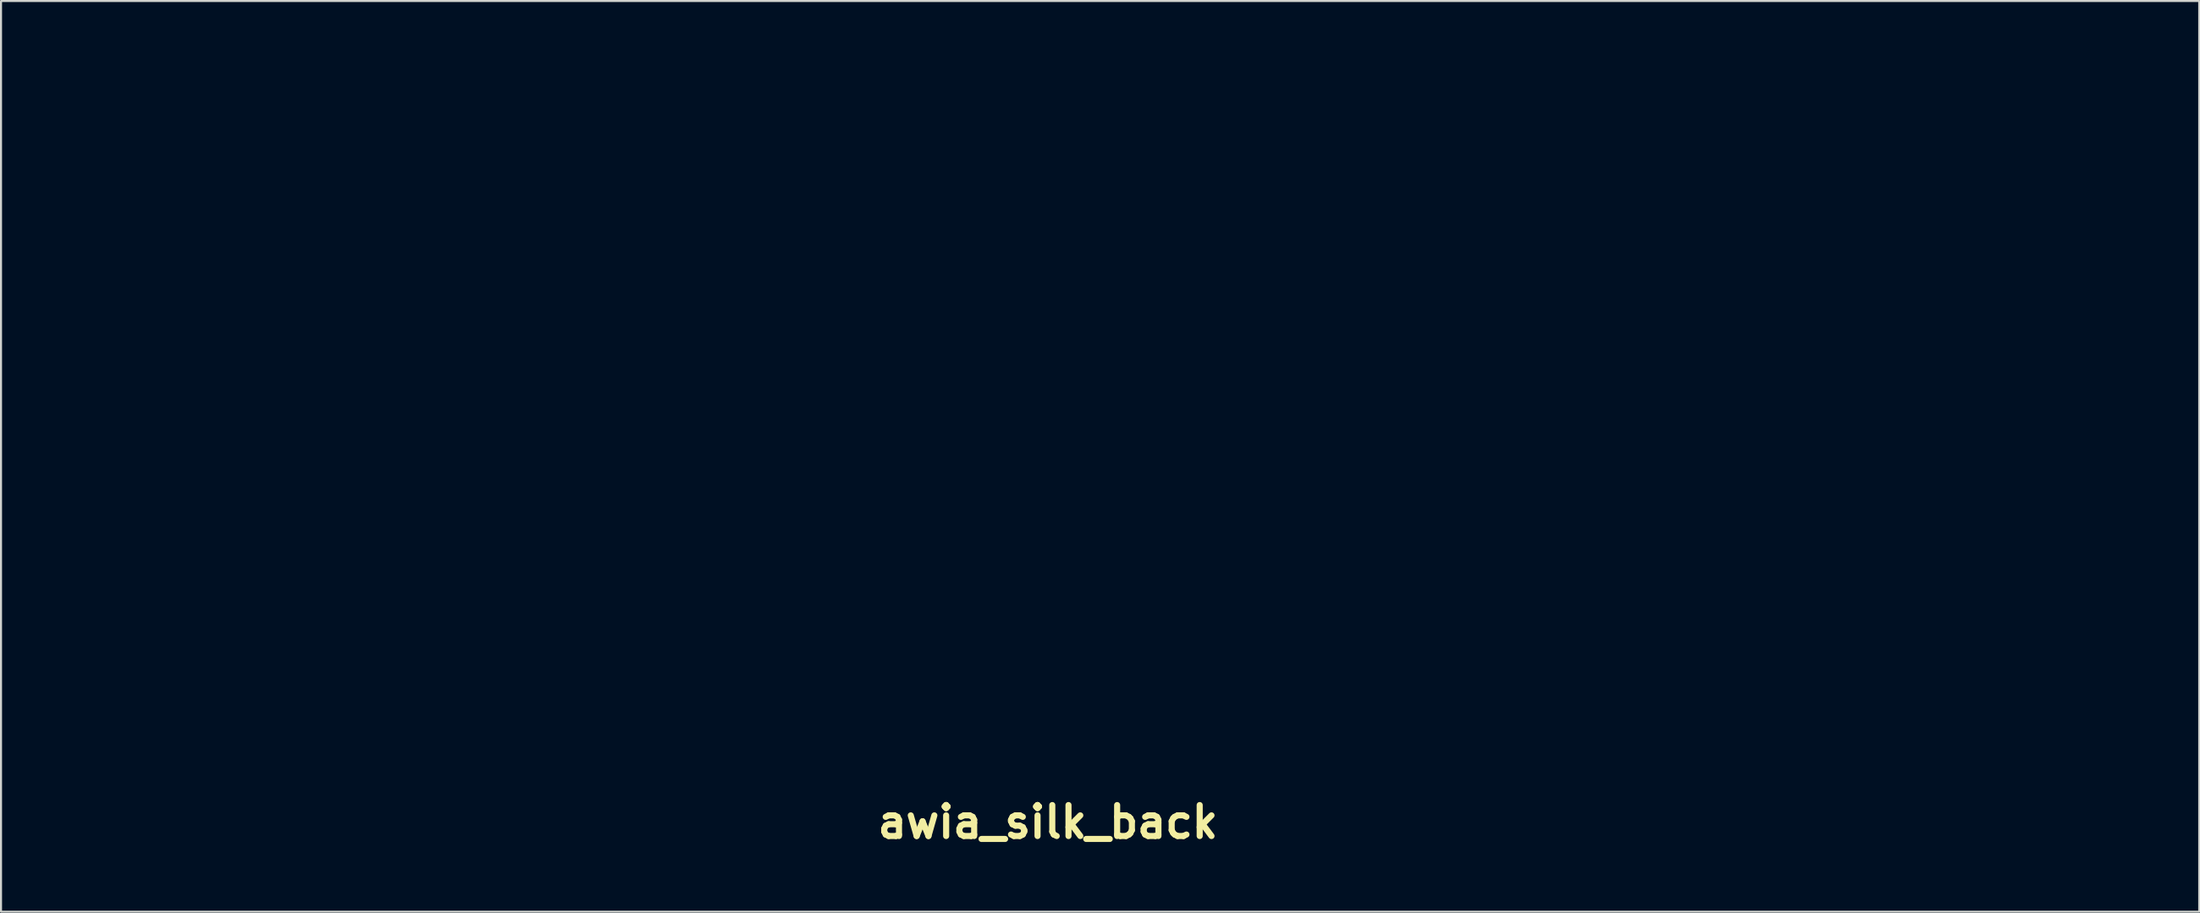
<source format=kicad_pcb>
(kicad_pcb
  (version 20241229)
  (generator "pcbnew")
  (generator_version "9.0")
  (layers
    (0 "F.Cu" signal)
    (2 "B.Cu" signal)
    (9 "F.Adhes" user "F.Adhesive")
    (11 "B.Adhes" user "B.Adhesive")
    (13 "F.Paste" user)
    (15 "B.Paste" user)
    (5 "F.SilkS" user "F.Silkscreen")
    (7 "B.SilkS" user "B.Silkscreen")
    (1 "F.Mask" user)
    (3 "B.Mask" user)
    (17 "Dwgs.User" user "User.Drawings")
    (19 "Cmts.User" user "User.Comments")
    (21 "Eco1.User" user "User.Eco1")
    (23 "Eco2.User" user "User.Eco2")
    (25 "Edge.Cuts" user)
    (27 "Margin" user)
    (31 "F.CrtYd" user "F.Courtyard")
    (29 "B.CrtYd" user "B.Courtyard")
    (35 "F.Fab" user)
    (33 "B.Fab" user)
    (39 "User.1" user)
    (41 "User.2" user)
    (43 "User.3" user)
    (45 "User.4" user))
  (footprint "awia_silk_back"
    (layer "F.Cu")
    (at 48.536 37.433)
    (property "Reference" "awia_silk_back" (at 0 0 0) (layer "F.SilkS") (effects (font (size 1.524 1.524) (thickness 0.3))))
    (attr through_hole)
    (fp_poly (pts (xy 26.444 -34.002) (xy 26.613 -33.831) (xy 26.67 -33.605) (xy 26.608 -33.386) (xy 26.449 -33.238) (xy 26.235 -33.175) (xy 26.008 -33.212) (xy 25.848 -33.319) (xy 25.719 -33.531) (xy 25.718 -33.746) (xy 25.828 -33.929) (xy 26.032 -34.044) (xy 26.197 -34.066) (xy 26.444 -34.002)) (stroke (width 0.01) (type solid)) (fill yes) (layer "F.Mask"))
    (fp_poly (pts (xy 30.837 -25.311) (xy 31.046 -25.217) (xy 31.189 -25.048) (xy 31.227 -24.877) (xy 31.163 -24.664) (xy 31.001 -24.51) (xy 30.785 -24.434) (xy 30.56 -24.45) (xy 30.38 -24.565) (xy 30.272 -24.778) (xy 30.278 -25.012) (xy 30.392 -25.202) (xy 30.604 -25.311) (xy 30.837 -25.311)) (stroke (width 0.01) (type solid)) (fill yes) (layer "F.Mask"))
    (fp_poly (pts (xy 24.014 -29.069) (xy 24.195 -28.95) (xy 24.288 -28.767) (xy 24.28 -28.543) (xy 24.176 -28.343) (xy 24.131 -28.299) (xy 23.906 -28.18) (xy 23.677 -28.202) (xy 23.57 -28.253) (xy 23.369 -28.431) (xy 23.307 -28.641) (xy 23.385 -28.857) (xy 23.51 -28.985) (xy 23.759 -29.097) (xy 24.014 -29.069)) (stroke (width 0.01) (type solid)) (fill yes) (layer "F.Mask"))
    (fp_poly (pts (xy 26.641 -35.239) (xy 26.847 -35.12) (xy 26.957 -34.941) (xy 26.955 -34.731) (xy 26.823 -34.518) (xy 26.819 -34.514) (xy 26.596 -34.384) (xy 26.342 -34.392) (xy 26.164 -34.481) (xy 26.032 -34.649) (xy 26.002 -34.859) (xy 26.062 -35.064) (xy 26.2 -35.217) (xy 26.358 -35.27) (xy 26.641 -35.239)) (stroke (width 0.01) (type solid)) (fill yes) (layer "F.Mask"))
    (fp_poly (pts (xy 30.604 -24.089) (xy 30.69 -24.05) (xy 30.865 -23.888) (xy 30.925 -23.691) (xy 30.888 -23.492) (xy 30.773 -23.324) (xy 30.596 -23.221) (xy 30.377 -23.214) (xy 30.254 -23.259) (xy 30.039 -23.424) (xy 29.966 -23.631) (xy 29.999 -23.807) (xy 30.14 -24.012) (xy 30.356 -24.111) (xy 30.604 -24.089)) (stroke (width 0.01) (type solid)) (fill yes) (layer "F.Mask"))
    (fp_poly (pts (xy 24.317 -30.265) (xy 24.489 -30.103) (xy 24.576 -29.895) (xy 24.578 -29.857) (xy 24.512 -29.648) (xy 24.347 -29.488) (xy 24.129 -29.407) (xy 23.908 -29.43) (xy 23.869 -29.449) (xy 23.688 -29.59) (xy 23.615 -29.777) (xy 23.608 -29.897) (xy 23.674 -30.104) (xy 23.847 -30.261) (xy 24.083 -30.33) (xy 24.109 -30.331) (xy 24.317 -30.265)) (stroke (width 0.01) (type solid)) (fill yes) (layer "F.Mask"))
    (fp_poly (pts (xy 44.908 -32.018) (xy 45.127 -31.852) (xy 45.261 -31.62) (xy 45.286 -31.345) (xy 45.202 -31.087) (xy 45.067 -30.943) (xy 44.851 -30.809) (xy 44.622 -30.721) (xy 44.508 -30.706) (xy 44.38 -30.738) (xy 44.196 -30.815) (xy 44.18 -30.822) (xy 43.937 -31.01) (xy 43.811 -31.253) (xy 43.797 -31.516) (xy 43.894 -31.765) (xy 44.096 -31.965) (xy 44.297 -32.057) (xy 44.624 -32.094) (xy 44.908 -32.018)) (stroke (width 0.01) (type solid)) (fill yes) (layer "F.Mask"))
    (fp_poly (pts (xy -30.736 -22.636) (xy -30.506 -22.613) (xy -30.371 -22.577) (xy -30.35 -22.543) (xy -30.392 -22.427) (xy -30.468 -22.219) (xy -30.555 -21.982) (xy -30.724 -21.515) (xy -31.76 -21.515) (xy -32.183 -21.518) (xy -32.478 -21.527) (xy -32.665 -21.545) (xy -32.764 -21.574) (xy -32.796 -21.615) (xy -32.796 -21.621) (xy -32.754 -21.815) (xy -32.65 -22.063) (xy -32.514 -22.305) (xy -32.376 -22.482) (xy -32.337 -22.515) (xy -32.202 -22.564) (xy -31.972 -22.602) (xy -31.679 -22.628) (xy -31.354 -22.643) (xy -31.03 -22.646) (xy -30.736 -22.636)) (stroke (width 0.01) (type solid)) (fill yes) (layer "F.Mask"))
    (fp_poly (pts (xy -19.74 -35.333) (xy -19.527 -35.322) (xy -19.409 -35.297) (xy -19.361 -35.253) (xy -19.355 -35.205) (xy -19.381 -35.107) (xy -19.454 -34.885) (xy -19.567 -34.557) (xy -19.714 -34.138) (xy -19.89 -33.644) (xy -20.089 -33.094) (xy -20.305 -32.502) (xy -20.307 -32.497) (xy -21.254 -29.92) (xy -22.327 -29.899) (xy -23.4 -29.878) (xy -23.355 -30.057) (xy -23.303 -30.231) (xy -23.207 -30.514) (xy -23.077 -30.883) (xy -22.919 -31.321) (xy -22.74 -31.806) (xy -22.549 -32.32) (xy -22.353 -32.841) (xy -22.159 -33.35) (xy -21.975 -33.827) (xy -21.808 -34.252) (xy -21.667 -34.606) (xy -21.558 -34.867) (xy -21.489 -35.017) (xy -21.473 -35.042) (xy -21.299 -35.172) (xy -21.039 -35.261) (xy -20.674 -35.314) (xy -20.184 -35.335) (xy -20.077 -35.335) (xy -19.74 -35.333)) (stroke (width 0.01) (type solid)) (fill yes) (layer "F.Mask"))
    (fp_poly (pts (xy -29.369 -29.048) (xy -29.158 -29.035) (xy -29.063 -29.015) (xy -29.061 -29.011) (xy -29.085 -28.929) (xy -29.155 -28.723) (xy -29.265 -28.408) (xy -29.409 -28) (xy -29.582 -27.514) (xy -29.778 -26.968) (xy -29.992 -26.376) (xy -30.013 -26.317) (xy -30.966 -23.684) (xy -32.03 -23.683) (xy -32.41 -23.687) (xy -32.729 -23.699) (xy -32.963 -23.717) (xy -33.084 -23.739) (xy -33.095 -23.749) (xy -33.069 -23.86) (xy -32.995 -24.09) (xy -32.882 -24.419) (xy -32.737 -24.826) (xy -32.567 -25.292) (xy -32.379 -25.796) (xy -32.182 -26.32) (xy -31.983 -26.844) (xy -31.788 -27.347) (xy -31.607 -27.81) (xy -31.446 -28.213) (xy -31.312 -28.536) (xy -31.214 -28.76) (xy -31.158 -28.864) (xy -31.156 -28.866) (xy -31.077 -28.932) (xy -30.974 -28.977) (xy -30.819 -29.008) (xy -30.584 -29.028) (xy -30.242 -29.042) (xy -30.03 -29.048) (xy -29.669 -29.053) (xy -29.369 -29.048)) (stroke (width 0.01) (type solid)) (fill yes) (layer "F.Mask"))
    (fp_poly (pts (xy -32.858 -29.057) (xy -32.564 -29.048) (xy -32.36 -29.033) (xy -32.274 -29.016) (xy -32.273 -29.014) (xy -32.298 -28.936) (xy -32.369 -28.732) (xy -32.482 -28.413) (xy -32.632 -27.994) (xy -32.815 -27.486) (xy -33.025 -26.904) (xy -33.258 -26.26) (xy -33.509 -25.568) (xy -33.628 -25.241) (xy -34.983 -21.515) (xy -43.638 -21.515) (xy -43.587 -21.683) (xy -43.448 -22.062) (xy -43.293 -22.318) (xy -43.134 -22.462) (xy -43.072 -22.496) (xy -42.991 -22.524) (xy -42.877 -22.547) (xy -42.715 -22.566) (xy -42.491 -22.582) (xy -42.19 -22.595) (xy -41.799 -22.606) (xy -41.303 -22.616) (xy -40.688 -22.625) (xy -39.94 -22.635) (xy -39.831 -22.636) (xy -36.736 -22.673) (xy -35.961 -24.802) (xy -35.749 -25.387) (xy -35.536 -25.972) (xy -35.333 -26.53) (xy -35.149 -27.034) (xy -34.996 -27.455) (xy -34.883 -27.765) (xy -34.874 -27.791) (xy -34.701 -28.23) (xy -34.539 -28.575) (xy -34.399 -28.805) (xy -34.356 -28.855) (xy -34.267 -28.94) (xy -34.177 -28.998) (xy -34.059 -29.033) (xy -33.882 -29.052) (xy -33.616 -29.059) (xy -33.231 -29.061) (xy -33.213 -29.061) (xy -32.858 -29.057)) (stroke (width 0.01) (type solid)) (fill yes) (layer "F.Mask"))
    (fp_poly (pts (xy 23.592 -35.177) (xy 23.975 -35.074) (xy 24.226 -34.904) (xy 24.344 -34.666) (xy 24.354 -34.556) (xy 24.287 -34.356) (xy 24.089 -34.219) (xy 23.768 -34.149) (xy 23.568 -34.141) (xy 23.081 -34.141) (xy 23.234 -34.439) (xy 23.386 -34.738) (xy 23.084 -34.738) (xy 22.887 -34.715) (xy 22.754 -34.627) (xy 22.663 -34.449) (xy 22.594 -34.152) (xy 22.582 -34.086) (xy 22.572 -33.911) (xy 22.639 -33.817) (xy 22.743 -33.769) (xy 22.889 -33.741) (xy 23.151 -33.718) (xy 23.496 -33.701) (xy 23.891 -33.693) (xy 24.023 -33.692) (xy 24.405 -33.688) (xy 24.727 -33.677) (xy 24.964 -33.66) (xy 25.089 -33.639) (xy 25.101 -33.629) (xy 25.051 -33.538) (xy 24.944 -33.424) (xy 24.87 -33.37) (xy 24.769 -33.331) (xy 24.617 -33.304) (xy 24.39 -33.286) (xy 24.063 -33.275) (xy 23.612 -33.267) (xy 23.581 -33.267) (xy 23.15 -33.267) (xy 22.752 -33.275) (xy 22.421 -33.292) (xy 22.188 -33.314) (xy 22.113 -33.329) (xy 21.775 -33.487) (xy 21.547 -33.723) (xy 21.445 -34.019) (xy 21.441 -34.099) (xy 21.506 -34.478) (xy 21.697 -34.783) (xy 22.009 -35.008) (xy 22.437 -35.152) (xy 22.977 -35.21) (xy 23.077 -35.211) (xy 23.592 -35.177)) (stroke (width 0.01) (type solid)) (fill yes) (layer "F.Mask"))
    (fp_poly (pts (xy -37.425 -29.06) (xy -36.876 -29.057) (xy -36.395 -29.054) (xy -35.999 -29.049) (xy -35.704 -29.043) (xy -35.529 -29.037) (xy -35.485 -29.031) (xy -35.51 -28.957) (xy -35.58 -28.758) (xy -35.69 -28.451) (xy -35.833 -28.052) (xy -36.004 -27.577) (xy -36.198 -27.043) (xy -36.378 -26.547) (xy -36.625 -25.872) (xy -36.829 -25.324) (xy -36.995 -24.889) (xy -37.131 -24.552) (xy -37.241 -24.3) (xy -37.332 -24.117) (xy -37.41 -23.991) (xy -37.481 -23.905) (xy -37.5 -23.887) (xy -37.729 -23.682) (xy -40.276 -23.682) (xy -40.96 -23.682) (xy -41.509 -23.684) (xy -41.937 -23.687) (xy -42.259 -23.694) (xy -42.49 -23.704) (xy -42.642 -23.718) (xy -42.731 -23.737) (xy -42.771 -23.762) (xy -42.777 -23.794) (xy -42.771 -23.812) (xy -42.734 -23.912) (xy -42.652 -24.135) (xy -42.533 -24.463) (xy -42.388 -24.858) (xy -40.193 -24.858) (xy -40.124 -24.83) (xy -39.944 -24.81) (xy -39.692 -24.802) (xy -39.685 -24.802) (xy -39.178 -24.802) (xy -38.74 -26.016) (xy -38.585 -26.445) (xy -38.436 -26.852) (xy -38.307 -27.205) (xy -38.208 -27.471) (xy -38.165 -27.585) (xy -38.027 -27.94) (xy -38.568 -27.939) (xy -39.109 -27.938) (xy -39.651 -26.426) (xy -39.811 -25.978) (xy -39.952 -25.578) (xy -40.067 -25.246) (xy -40.149 -25.004) (xy -40.19 -24.874) (xy -40.193 -24.858) (xy -42.388 -24.858) (xy -42.381 -24.879) (xy -42.204 -25.366) (xy -42.008 -25.906) (xy -41.866 -26.296) (xy -41.623 -26.961) (xy -41.423 -27.499) (xy -41.26 -27.924) (xy -41.127 -28.25) (xy -41.019 -28.493) (xy -40.929 -28.666) (xy -40.852 -28.784) (xy -40.787 -28.855) (xy -40.563 -29.061) (xy -38.024 -29.061) (xy -37.425 -29.06)) (stroke (width 0.01) (type solid)) (fill yes) (layer "F.Mask"))
    (fp_poly (pts (xy -23.455 -29.06) (xy -22.906 -29.058) (xy -22.425 -29.056) (xy -22.029 -29.052) (xy -21.734 -29.048) (xy -21.559 -29.043) (xy -21.515 -29.039) (xy -21.54 -28.967) (xy -21.61 -28.77) (xy -21.72 -28.464) (xy -21.863 -28.067) (xy -22.035 -27.593) (xy -22.229 -27.06) (xy -22.412 -26.556) (xy -22.691 -25.8) (xy -22.925 -25.18) (xy -23.119 -24.688) (xy -23.274 -24.32) (xy -23.394 -24.068) (xy -23.48 -23.926) (xy -23.497 -23.907) (xy -23.565 -23.843) (xy -23.638 -23.795) (xy -23.737 -23.76) (xy -23.885 -23.735) (xy -24.103 -23.717) (xy -24.413 -23.703) (xy -24.837 -23.691) (xy -25.186 -23.682) (xy -26.688 -23.644) (xy -27.072 -22.599) (xy -27.456 -21.553) (xy -28.52 -21.532) (xy -28.987 -21.528) (xy -29.325 -21.537) (xy -29.525 -21.558) (xy -29.584 -21.588) (xy -29.559 -21.671) (xy -29.488 -21.881) (xy -29.375 -22.204) (xy -29.226 -22.626) (xy -29.045 -23.133) (xy -28.837 -23.713) (xy -28.607 -24.35) (xy -28.423 -24.858) (xy -26.223 -24.858) (xy -26.154 -24.83) (xy -25.974 -24.81) (xy -25.723 -24.803) (xy -25.718 -24.803) (xy -25.213 -24.803) (xy -24.644 -26.372) (xy -24.075 -27.94) (xy -24.607 -27.939) (xy -25.139 -27.938) (xy -25.681 -26.426) (xy -25.841 -25.978) (xy -25.982 -25.578) (xy -26.097 -25.246) (xy -26.179 -25.004) (xy -26.22 -24.874) (xy -26.223 -24.858) (xy -28.423 -24.858) (xy -28.36 -25.032) (xy -28.315 -25.157) (xy -28.02 -25.968) (xy -27.769 -26.649) (xy -27.56 -27.214) (xy -27.385 -27.672) (xy -27.242 -28.036) (xy -27.125 -28.317) (xy -27.029 -28.528) (xy -26.951 -28.679) (xy -26.884 -28.783) (xy -26.824 -28.851) (xy -26.82 -28.855) (xy -26.593 -29.061) (xy -24.054 -29.061) (xy -23.455 -29.06)) (stroke (width 0.01) (type solid)) (fill yes) (layer "F.Mask"))
    (fp_poly (pts (xy -37.158 -35.336) (xy -36.33 -35.335) (xy -35.63 -35.333) (xy -35.047 -35.331) (xy -34.571 -35.327) (xy -34.192 -35.321) (xy -33.897 -35.313) (xy -33.677 -35.303) (xy -33.521 -35.29) (xy -33.419 -35.274) (xy -33.359 -35.255) (xy -33.331 -35.233) (xy -33.325 -35.207) (xy -33.325 -35.205) (xy -33.351 -35.107) (xy -33.424 -34.885) (xy -33.537 -34.557) (xy -33.684 -34.138) (xy -33.86 -33.644) (xy -34.059 -33.094) (xy -34.275 -32.502) (xy -34.277 -32.497) (xy -35.224 -29.92) (xy -37.895 -29.9) (xy -38.646 -29.896) (xy -39.257 -29.896) (xy -39.739 -29.899) (xy -40.1 -29.908) (xy -40.352 -29.92) (xy -40.503 -29.938) (xy -40.563 -29.961) (xy -40.565 -29.967) (xy -40.541 -30.055) (xy -40.474 -30.259) (xy -40.371 -30.558) (xy -40.242 -30.927) (xy -40.195 -31.059) (xy -38.021 -31.059) (xy -37.955 -31.031) (xy -37.777 -31.011) (xy -37.524 -31.003) (xy -37.502 -31.003) (xy -37.245 -31.007) (xy -37.058 -31.016) (xy -36.98 -31.03) (xy -36.979 -31.031) (xy -36.955 -31.11) (xy -36.891 -31.291) (xy -36.8 -31.536) (xy -36.792 -31.558) (xy -36.605 -32.055) (xy -37.147 -32.033) (xy -37.689 -32.011) (xy -37.853 -31.563) (xy -37.938 -31.322) (xy -37.999 -31.139) (xy -38.021 -31.059) (xy -40.195 -31.059) (xy -40.095 -31.343) (xy -39.937 -31.784) (xy -39.777 -32.226) (xy -39.624 -32.646) (xy -39.485 -33.02) (xy -39.464 -33.076) (xy -39.414 -33.109) (xy -39.282 -33.133) (xy -39.054 -33.151) (xy -38.716 -33.162) (xy -38.254 -33.168) (xy -37.807 -33.169) (xy -36.185 -33.169) (xy -36.042 -33.599) (xy -35.961 -33.844) (xy -35.899 -34.038) (xy -35.873 -34.122) (xy -35.896 -34.145) (xy -35.985 -34.165) (xy -36.151 -34.18) (xy -36.406 -34.193) (xy -36.759 -34.202) (xy -37.221 -34.209) (xy -37.804 -34.213) (xy -38.518 -34.215) (xy -39.097 -34.215) (xy -42.347 -34.215) (xy -42.57 -34.403) (xy -42.7 -34.552) (xy -42.826 -34.759) (xy -42.928 -34.98) (xy -42.985 -35.17) (xy -42.979 -35.287) (xy -42.974 -35.293) (xy -42.894 -35.3) (xy -42.677 -35.307) (xy -42.336 -35.314) (xy -41.883 -35.32) (xy -41.331 -35.325) (xy -40.693 -35.329) (xy -39.981 -35.333) (xy -39.209 -35.335) (xy -38.387 -35.336) (xy -38.125 -35.336) (xy -37.158 -35.336)) (stroke (width 0.01) (type solid)) (fill yes) (layer "F.Mask"))
    (fp_poly (pts (xy -45.593 -37.426) (xy -45.319 -37.417) (xy -45.135 -37.396) (xy -45.011 -37.359) (xy -44.916 -37.302) (xy -44.864 -37.26) (xy -44.779 -37.155) (xy -44.676 -36.966) (xy -44.547 -36.681) (xy -44.388 -36.285) (xy -44.192 -35.767) (xy -44.076 -35.448) (xy -43.48 -33.804) (xy -44.313 -31.526) (xy -44.516 -30.971) (xy -44.703 -30.46) (xy -44.867 -30.008) (xy -45.004 -29.635) (xy -45.105 -29.357) (xy -45.166 -29.192) (xy -45.179 -29.154) (xy -45.155 -29.102) (xy -45.025 -29.072) (xy -44.769 -29.061) (xy -44.692 -29.061) (xy -44.172 -29.061) (xy -43.517 -30.872) (xy -43.29 -31.49) (xy -43.103 -31.979) (xy -42.95 -32.353) (xy -42.825 -32.626) (xy -42.722 -32.81) (xy -42.646 -32.908) (xy -42.553 -33.001) (xy -42.462 -33.064) (xy -42.345 -33.105) (xy -42.171 -33.13) (xy -41.911 -33.144) (xy -41.535 -33.156) (xy -41.488 -33.157) (xy -40.545 -33.182) (xy -40.59 -33.008) (xy -40.623 -32.909) (xy -40.702 -32.681) (xy -40.824 -32.338) (xy -40.983 -31.892) (xy -41.176 -31.353) (xy -41.398 -30.736) (xy -41.645 -30.051) (xy -41.911 -29.312) (xy -42.194 -28.53) (xy -42.293 -28.258) (xy -43.951 -23.682) (xy -45.022 -23.682) (xy -45.403 -23.685) (xy -45.724 -23.694) (xy -45.959 -23.707) (xy -46.082 -23.723) (xy -46.094 -23.73) (xy -46.069 -23.809) (xy -45.999 -24.012) (xy -45.891 -24.318) (xy -45.751 -24.712) (xy -45.584 -25.173) (xy -45.399 -25.686) (xy -45.346 -25.829) (xy -45.157 -26.351) (xy -44.985 -26.827) (xy -44.837 -27.237) (xy -44.719 -27.565) (xy -44.639 -27.793) (xy -44.601 -27.903) (xy -44.599 -27.911) (xy -44.668 -27.925) (xy -44.847 -27.936) (xy -45.1 -27.94) (xy -45.114 -27.94) (xy -45.629 -27.94) (xy -45.948 -27.062) (xy -46.076 -26.71) (xy -46.19 -26.396) (xy -46.278 -26.154) (xy -46.327 -26.018) (xy -46.328 -26.016) (xy -46.357 -25.951) (xy -46.406 -25.905) (xy -46.498 -25.876) (xy -46.657 -25.859) (xy -46.907 -25.851) (xy -47.272 -25.848) (xy -47.482 -25.848) (xy -47.906 -25.849) (xy -48.202 -25.855) (xy -48.391 -25.867) (xy -48.493 -25.889) (xy -48.531 -25.923) (xy -48.524 -25.972) (xy -48.521 -25.979) (xy -48.479 -26.089) (xy -48.396 -26.314) (xy -48.28 -26.63) (xy -48.14 -27.013) (xy -47.993 -27.417) (xy -47.85 -27.81) (xy -47.666 -28.315) (xy -47.45 -28.904) (xy -47.215 -29.548) (xy -46.969 -30.218) (xy -46.723 -30.887) (xy -46.585 -31.261) (xy -45.651 -33.797) (xy -46.283 -35.545) (xy -46.457 -36.028) (xy -46.612 -36.466) (xy -46.743 -36.838) (xy -46.841 -37.124) (xy -46.9 -37.305) (xy -46.915 -37.36) (xy -46.845 -37.386) (xy -46.654 -37.407) (xy -46.371 -37.422) (xy -46.023 -37.428) (xy -45.986 -37.428) (xy -45.593 -37.426)) (stroke (width 0.01) (type solid)) (fill yes) (layer "F.Mask"))
    (fp_poly (pts (xy -20.004 -37.427) (xy -19.037 -37.426) (xy -18.203 -37.423) (xy -17.493 -37.419) (xy -16.9 -37.414) (xy -16.416 -37.407) (xy -16.031 -37.399) (xy -15.738 -37.389) (xy -15.529 -37.377) (xy -15.395 -37.363) (xy -15.328 -37.346) (xy -15.316 -37.334) (xy -15.364 -37.141) (xy -15.48 -36.896) (xy -15.632 -36.656) (xy -15.787 -36.481) (xy -15.801 -36.469) (xy -16.007 -36.307) (xy -25.388 -36.307) (xy -25.517 -35.915) (xy -25.595 -35.679) (xy -25.657 -35.495) (xy -25.68 -35.429) (xy -25.661 -35.397) (xy -25.565 -35.373) (xy -25.378 -35.355) (xy -25.086 -35.344) (xy -24.674 -35.338) (xy -24.138 -35.336) (xy -23.588 -35.334) (xy -23.172 -35.327) (xy -22.876 -35.315) (xy -22.687 -35.296) (xy -22.588 -35.271) (xy -22.565 -35.242) (xy -22.59 -35.153) (xy -22.662 -34.94) (xy -22.773 -34.619) (xy -22.919 -34.205) (xy -23.094 -33.716) (xy -23.292 -33.167) (xy -23.507 -32.575) (xy -23.522 -32.534) (xy -24.476 -29.92) (xy -25.536 -29.899) (xy -25.989 -29.894) (xy -26.306 -29.9) (xy -26.501 -29.918) (xy -26.588 -29.949) (xy -26.595 -29.966) (xy -26.571 -30.056) (xy -26.501 -30.268) (xy -26.392 -30.583) (xy -26.251 -30.984) (xy -26.084 -31.451) (xy -25.898 -31.967) (xy -25.848 -32.105) (xy -25.658 -32.627) (xy -25.486 -33.102) (xy -25.339 -33.512) (xy -25.221 -33.84) (xy -25.141 -34.068) (xy -25.103 -34.179) (xy -25.101 -34.186) (xy -25.17 -34.2) (xy -25.349 -34.211) (xy -25.602 -34.215) (xy -25.616 -34.215) (xy -26.131 -34.215) (xy -26.451 -33.337) (xy -26.59 -32.957) (xy -26.763 -32.484) (xy -26.952 -31.967) (xy -27.141 -31.453) (xy -27.237 -31.19) (xy -27.703 -29.92) (xy -30.922 -29.9) (xy -31.599 -29.897) (xy -32.228 -29.897) (xy -32.793 -29.9) (xy -33.279 -29.905) (xy -33.671 -29.912) (xy -33.954 -29.921) (xy -34.112 -29.933) (xy -34.141 -29.94) (xy -34.115 -30.042) (xy -34.042 -30.263) (xy -33.931 -30.584) (xy -33.788 -30.984) (xy -33.62 -31.445) (xy -33.435 -31.946) (xy -33.24 -32.467) (xy -33.044 -32.99) (xy -32.852 -33.494) (xy -32.673 -33.959) (xy -32.514 -34.366) (xy -32.383 -34.695) (xy -32.286 -34.927) (xy -32.231 -35.041) (xy -32.226 -35.047) (xy -32.069 -35.161) (xy -31.854 -35.254) (xy -31.832 -35.26) (xy -31.679 -35.284) (xy -31.423 -35.303) (xy -31.091 -35.318) (xy -30.712 -35.328) (xy -30.313 -35.334) (xy -29.921 -35.334) (xy -29.565 -35.33) (xy -29.272 -35.319) (xy -29.071 -35.304) (xy -28.988 -35.282) (xy -28.987 -35.28) (xy -29.012 -35.186) (xy -29.075 -34.994) (xy -29.163 -34.744) (xy -29.165 -34.738) (xy -29.342 -34.253) (xy -29.893 -34.231) (xy -30.444 -34.21) (xy -30.716 -33.447) (xy -30.862 -33.038) (xy -31.033 -32.562) (xy -31.203 -32.09) (xy -31.292 -31.843) (xy -31.596 -31.003) (xy -30.534 -31.003) (xy -29.471 -31.004) (xy -28.388 -34.001) (xy -28.088 -34.825) (xy -27.833 -35.515) (xy -27.618 -36.077) (xy -27.442 -36.52) (xy -27.302 -36.85) (xy -27.195 -37.074) (xy -27.117 -37.2) (xy -27.107 -37.213) (xy -26.909 -37.428) (xy -21.112 -37.428) (xy -20.004 -37.427)) (stroke (width 0.01) (type solid)) (fill yes) (layer "F.Mask"))
    (fp_poly (pts (xy 19.383 -35.625) (xy 19.317 -35.432) (xy 19.278 -35.308) (xy 19.274 -35.289) (xy 19.344 -35.277) (xy 19.53 -35.268) (xy 19.803 -35.262) (xy 20.009 -35.261) (xy 20.326 -35.257) (xy 20.584 -35.245) (xy 20.749 -35.228) (xy 20.789 -35.215) (xy 20.785 -35.13) (xy 20.736 -34.937) (xy 20.652 -34.668) (xy 20.577 -34.45) (xy 20.47 -34.148) (xy 20.385 -33.905) (xy 20.332 -33.75) (xy 20.32 -33.711) (xy 20.389 -33.702) (xy 20.572 -33.696) (xy 20.833 -33.693) (xy 20.918 -33.692) (xy 21.195 -33.684) (xy 21.404 -33.663) (xy 21.509 -33.633) (xy 21.515 -33.623) (xy 21.462 -33.534) (xy 21.332 -33.41) (xy 21.318 -33.399) (xy 21.208 -33.327) (xy 21.074 -33.281) (xy 20.882 -33.256) (xy 20.597 -33.246) (xy 20.353 -33.244) (xy 19.918 -33.254) (xy 19.617 -33.294) (xy 19.436 -33.38) (xy 19.36 -33.528) (xy 19.374 -33.754) (xy 19.463 -34.074) (xy 19.498 -34.178) (xy 19.577 -34.417) (xy 19.631 -34.599) (xy 19.648 -34.675) (xy 19.582 -34.716) (xy 19.417 -34.737) (xy 19.364 -34.738) (xy 19.199 -34.73) (xy 19.098 -34.683) (xy 19.023 -34.561) (xy 18.944 -34.346) (xy 18.779 -33.986) (xy 18.582 -33.767) (xy 18.356 -33.692) (xy 18.354 -33.692) (xy 18.202 -33.637) (xy 18.045 -33.502) (xy 18.033 -33.487) (xy 17.957 -33.399) (xy 17.874 -33.34) (xy 17.755 -33.302) (xy 17.569 -33.279) (xy 17.287 -33.265) (xy 16.997 -33.256) (xy 16.604 -33.249) (xy 16.333 -33.254) (xy 16.155 -33.275) (xy 16.044 -33.314) (xy 15.995 -33.349) (xy 15.9 -33.416) (xy 15.798 -33.417) (xy 15.634 -33.348) (xy 15.574 -33.318) (xy 15.287 -33.2) (xy 15.045 -33.184) (xy 14.787 -33.268) (xy 14.742 -33.289) (xy 14.517 -33.477) (xy 14.386 -33.748) (xy 14.367 -33.941) (xy 15.474 -33.941) (xy 15.522 -33.836) (xy 15.631 -33.77) (xy 15.632 -33.769) (xy 15.828 -33.704) (xy 15.908 -33.712) (xy 15.912 -33.728) (xy 15.937 -33.811) (xy 16.001 -33.994) (xy 16.091 -34.239) (xy 16.096 -34.251) (xy 16.279 -34.738) (xy 15.955 -34.738) (xy 15.755 -34.731) (xy 15.649 -34.683) (xy 15.588 -34.556) (xy 15.548 -34.406) (xy 15.484 -34.12) (xy 15.474 -33.941) (xy 14.367 -33.941) (xy 14.354 -34.068) (xy 14.426 -34.402) (xy 14.561 -34.654) (xy 14.74 -34.855) (xy 14.967 -35.006) (xy 15.264 -35.115) (xy 15.654 -35.188) (xy 16.159 -35.232) (xy 16.443 -35.245) (xy 16.828 -35.254) (xy 17.145 -35.253) (xy 17.369 -35.242) (xy 17.475 -35.222) (xy 17.481 -35.216) (xy 17.456 -35.121) (xy 17.389 -34.921) (xy 17.292 -34.647) (xy 17.219 -34.448) (xy 17.109 -34.15) (xy 17.022 -33.908) (xy 16.969 -33.755) (xy 16.958 -33.716) (xy 17.027 -33.705) (xy 17.209 -33.701) (xy 17.468 -33.706) (xy 17.537 -33.708) (xy 18.115 -33.73) (xy 18.453 -34.678) (xy 18.266 -34.901) (xy 18.109 -35.167) (xy 18.098 -35.41) (xy 18.232 -35.624) (xy 18.508 -35.802) (xy 18.551 -35.821) (xy 18.806 -35.894) (xy 19.096 -35.932) (xy 19.156 -35.934) (xy 19.492 -35.934) (xy 19.383 -35.625)) (stroke (width 0.01) (type solid)) (fill yes) (layer "F.Mask"))
    (fp_poly (pts (xy -14.963 -35.334) (xy -14.449 -35.33) (xy -13.968 -35.323) (xy -13.541 -35.315) (xy -13.189 -35.304) (xy -12.932 -35.291) (xy -12.793 -35.276) (xy -12.775 -35.268) (xy -12.799 -35.177) (xy -12.866 -34.972) (xy -12.967 -34.682) (xy -13.091 -34.334) (xy -13.139 -34.203) (xy -13.503 -33.207) (xy -11.899 -33.187) (xy -11.345 -33.178) (xy -10.927 -33.166) (xy -10.63 -33.15) (xy -10.441 -33.13) (xy -10.346 -33.104) (xy -10.329 -33.075) (xy -10.36 -32.989) (xy -10.439 -32.776) (xy -10.559 -32.45) (xy -10.717 -32.021) (xy -10.908 -31.505) (xy -11.126 -30.913) (xy -11.367 -30.259) (xy -11.626 -29.556) (xy -11.801 -29.081) (xy -13.24 -25.18) (xy -12.597 -23.403) (xy -12.421 -22.916) (xy -12.264 -22.476) (xy -12.132 -22.102) (xy -12.031 -21.813) (xy -11.97 -21.629) (xy -11.953 -21.57) (xy -12.023 -21.549) (xy -12.213 -21.531) (xy -12.494 -21.52) (xy -12.831 -21.516) (xy -13.229 -21.52) (xy -13.511 -21.534) (xy -13.708 -21.563) (xy -13.854 -21.612) (xy -13.944 -21.659) (xy -14.145 -21.846) (xy -14.305 -22.145) (xy -14.327 -22.201) (xy -14.401 -22.402) (xy -14.514 -22.712) (xy -14.656 -23.099) (xy -14.812 -23.53) (xy -14.942 -23.887) (xy -15.41 -25.175) (xy -15.252 -25.605) (xy -15.193 -25.767) (xy -15.087 -26.052) (xy -14.943 -26.442) (xy -14.766 -26.922) (xy -14.562 -27.472) (xy -14.339 -28.077) (xy -14.101 -28.719) (xy -13.981 -29.042) (xy -12.868 -32.049) (xy -13.4 -32.049) (xy -13.933 -32.048) (xy -15.089 -28.911) (xy -16.245 -25.774) (xy -17.32 -25.774) (xy -17.741 -25.775) (xy -18.034 -25.781) (xy -18.22 -25.793) (xy -18.321 -25.816) (xy -18.36 -25.852) (xy -18.356 -25.902) (xy -18.355 -25.904) (xy -18.255 -26.211) (xy -18.103 -26.653) (xy -17.898 -27.227) (xy -17.644 -27.927) (xy -17.341 -28.752) (xy -16.991 -29.695) (xy -16.595 -30.755) (xy -16.518 -30.959) (xy -16.272 -31.614) (xy -16.043 -32.226) (xy -15.836 -32.78) (xy -15.657 -33.261) (xy -15.51 -33.657) (xy -15.4 -33.953) (xy -15.334 -34.135) (xy -15.315 -34.19) (xy -15.383 -34.202) (xy -15.563 -34.212) (xy -15.816 -34.215) (xy -15.832 -34.215) (xy -16.35 -34.215) (xy -16.496 -33.823) (xy -16.657 -33.393) (xy -16.847 -32.882) (xy -17.061 -32.303) (xy -17.295 -31.67) (xy -17.544 -30.997) (xy -17.802 -30.297) (xy -18.064 -29.586) (xy -18.326 -28.876) (xy -18.581 -28.181) (xy -18.826 -27.516) (xy -19.054 -26.894) (xy -19.261 -26.33) (xy -19.441 -25.836) (xy -19.59 -25.428) (xy -19.703 -25.118) (xy -19.773 -24.921) (xy -19.797 -24.85) (xy -19.726 -24.837) (xy -19.526 -24.823) (xy -19.218 -24.81) (xy -18.823 -24.798) (xy -18.362 -24.789) (xy -18.063 -24.785) (xy -16.33 -24.765) (xy -16.165 -24.223) (xy -16 -23.682) (xy -22.409 -23.682) (xy -22.226 -24.186) (xy -22.171 -24.338) (xy -22.068 -24.619) (xy -21.922 -25.014) (xy -21.739 -25.513) (xy -21.522 -26.102) (xy -21.276 -26.768) (xy -21.006 -27.501) (xy -20.716 -28.287) (xy -20.411 -29.113) (xy -20.142 -29.84) (xy -19.776 -30.832) (xy -19.457 -31.694) (xy -19.181 -32.435) (xy -18.945 -33.063) (xy -18.743 -33.589) (xy -18.572 -34.022) (xy -18.427 -34.372) (xy -18.304 -34.647) (xy -18.2 -34.857) (xy -18.108 -35.013) (xy -18.026 -35.122) (xy -17.95 -35.194) (xy -17.874 -35.24) (xy -17.794 -35.268) (xy -17.707 -35.287) (xy -17.68 -35.292) (xy -17.534 -35.307) (xy -17.272 -35.318) (xy -16.915 -35.327) (xy -16.485 -35.333) (xy -16.002 -35.336) (xy -15.487 -35.336) (xy -14.963 -35.334)) (stroke (width 0.01) (type solid)) (fill yes) (layer "F.Mask"))
    (fp_poly (pts (xy 16.992 -30.62) (xy 16.926 -30.427) (xy 16.888 -30.303) (xy 16.884 -30.284) (xy 16.953 -30.272) (xy 17.141 -30.263) (xy 17.417 -30.257) (xy 17.668 -30.256) (xy 17.99 -30.253) (xy 18.248 -30.247) (xy 18.411 -30.237) (xy 18.452 -30.227) (xy 18.429 -30.15) (xy 18.364 -29.963) (xy 18.27 -29.697) (xy 18.192 -29.48) (xy 17.932 -28.762) (xy 19.091 -28.762) (xy 19.065 -29.042) (xy 19.091 -29.425) (xy 19.248 -29.737) (xy 19.533 -29.975) (xy 19.947 -30.139) (xy 20.264 -30.202) (xy 20.84 -30.244) (xy 21.306 -30.191) (xy 21.66 -30.042) (xy 21.739 -29.983) (xy 21.915 -29.788) (xy 21.949 -29.598) (xy 21.846 -29.381) (xy 21.809 -29.332) (xy 21.707 -29.223) (xy 21.588 -29.164) (xy 21.405 -29.139) (xy 21.174 -29.135) (xy 20.928 -29.143) (xy 20.756 -29.164) (xy 20.696 -29.191) (xy 20.732 -29.291) (xy 20.806 -29.434) (xy 20.896 -29.617) (xy 20.882 -29.705) (xy 20.751 -29.725) (xy 20.641 -29.719) (xy 20.47 -29.693) (xy 20.369 -29.624) (xy 20.297 -29.472) (xy 20.256 -29.348) (xy 20.196 -29.144) (xy 20.172 -28.993) (xy 20.201 -28.889) (xy 20.3 -28.822) (xy 20.487 -28.784) (xy 20.78 -28.767) (xy 21.195 -28.762) (xy 21.481 -28.762) (xy 21.939 -28.761) (xy 22.267 -28.756) (xy 22.487 -28.745) (xy 22.619 -28.726) (xy 22.683 -28.697) (xy 22.7 -28.656) (xy 22.697 -28.631) (xy 22.61 -28.476) (xy 22.409 -28.362) (xy 22.086 -28.286) (xy 21.631 -28.246) (xy 21.245 -28.239) (xy 20.596 -28.254) (xy 20.082 -28.299) (xy 19.691 -28.376) (xy 19.411 -28.488) (xy 19.337 -28.536) (xy 19.197 -28.626) (xy 19.126 -28.623) (xy 19.095 -28.569) (xy 18.968 -28.432) (xy 18.716 -28.328) (xy 18.362 -28.261) (xy 17.95 -28.24) (xy 17.517 -28.26) (xy 17.219 -28.325) (xy 17.043 -28.448) (xy 16.98 -28.641) (xy 17.018 -28.917) (xy 17.102 -29.176) (xy 17.186 -29.41) (xy 17.242 -29.59) (xy 17.257 -29.661) (xy 17.191 -29.707) (xy 17.027 -29.731) (xy 16.977 -29.732) (xy 16.825 -29.725) (xy 16.725 -29.683) (xy 16.644 -29.576) (xy 16.553 -29.372) (xy 16.509 -29.265) (xy 16.401 -29.012) (xy 16.309 -28.863) (xy 16.199 -28.781) (xy 16.039 -28.729) (xy 16.024 -28.725) (xy 15.787 -28.63) (xy 15.589 -28.49) (xy 15.564 -28.464) (xy 15.487 -28.384) (xy 15.402 -28.33) (xy 15.279 -28.298) (xy 15.086 -28.282) (xy 14.794 -28.277) (xy 14.531 -28.276) (xy 14.14 -28.28) (xy 13.873 -28.293) (xy 13.704 -28.319) (xy 13.607 -28.36) (xy 13.572 -28.395) (xy 13.499 -28.466) (xy 13.408 -28.457) (xy 13.26 -28.376) (xy 13.03 -28.285) (xy 12.755 -28.24) (xy 12.713 -28.239) (xy 12.461 -28.266) (xy 12.269 -28.368) (xy 12.171 -28.457) (xy 11.995 -28.726) (xy 11.945 -29.03) (xy 11.962 -29.117) (xy 13.082 -29.117) (xy 13.083 -28.905) (xy 13.168 -28.795) (xy 13.341 -28.775) (xy 13.364 -28.777) (xy 13.488 -28.822) (xy 13.585 -28.946) (xy 13.678 -29.173) (xy 13.771 -29.451) (xy 13.803 -29.617) (xy 13.768 -29.701) (xy 13.658 -29.73) (xy 13.534 -29.733) (xy 13.345 -29.721) (xy 13.244 -29.655) (xy 13.176 -29.496) (xy 13.16 -29.444) (xy 13.082 -29.117) (xy 11.962 -29.117) (xy 12.008 -29.344) (xy 12.173 -29.645) (xy 12.43 -29.907) (xy 12.766 -30.105) (xy 12.961 -30.173) (xy 13.118 -30.199) (xy 13.369 -30.221) (xy 13.682 -30.238) (xy 14.025 -30.251) (xy 14.367 -30.258) (xy 14.676 -30.258) (xy 14.918 -30.251) (xy 15.064 -30.236) (xy 15.091 -30.222) (xy 15.067 -30.142) (xy 15.002 -29.953) (xy 14.908 -29.687) (xy 14.832 -29.475) (xy 14.574 -28.762) (xy 15.735 -28.762) (xy 15.904 -29.239) (xy 16.072 -29.716) (xy 15.88 -29.908) (xy 15.717 -30.145) (xy 15.691 -30.377) (xy 15.787 -30.587) (xy 15.992 -30.759) (xy 16.294 -30.878) (xy 16.679 -30.928) (xy 16.728 -30.928) (xy 17.101 -30.928) (xy 16.992 -30.62)) (stroke (width 0.01) (type solid)) (fill yes) (layer "F.Mask"))
    (fp_poly (pts (xy 38.187 -35.25) (xy 38.286 -35.227) (xy 38.322 -35.189) (xy 38.324 -35.174) (xy 38.3 -35.058) (xy 38.234 -34.841) (xy 38.14 -34.564) (xy 38.1 -34.452) (xy 37.999 -34.167) (xy 37.922 -33.934) (xy 37.88 -33.79) (xy 37.876 -33.765) (xy 37.945 -33.73) (xy 38.128 -33.704) (xy 38.391 -33.693) (xy 38.436 -33.692) (xy 38.704 -33.684) (xy 38.902 -33.661) (xy 38.994 -33.63) (xy 38.996 -33.623) (xy 38.943 -33.534) (xy 38.813 -33.41) (xy 38.8 -33.399) (xy 38.693 -33.329) (xy 38.564 -33.284) (xy 38.38 -33.258) (xy 38.106 -33.246) (xy 37.791 -33.244) (xy 37.422 -33.247) (xy 37.171 -33.26) (xy 37.007 -33.288) (xy 36.901 -33.334) (xy 36.835 -33.389) (xy 36.719 -33.482) (xy 36.64 -33.466) (xy 36.602 -33.426) (xy 36.474 -33.335) (xy 36.275 -33.249) (xy 36.239 -33.237) (xy 36.003 -33.194) (xy 35.785 -33.233) (xy 35.686 -33.271) (xy 35.498 -33.372) (xy 35.377 -33.479) (xy 35.364 -33.502) (xy 35.317 -33.562) (xy 35.23 -33.533) (xy 35.098 -33.431) (xy 34.986 -33.346) (xy 34.868 -33.291) (xy 34.71 -33.261) (xy 34.476 -33.247) (xy 34.129 -33.244) (xy 34.109 -33.244) (xy 33.754 -33.247) (xy 33.517 -33.261) (xy 33.365 -33.289) (xy 33.266 -33.339) (xy 33.204 -33.397) (xy 33.12 -33.515) (xy 33.104 -33.648) (xy 33.148 -33.857) (xy 33.149 -33.863) (xy 33.195 -34.06) (xy 33.21 -34.185) (xy 33.206 -34.204) (xy 33.141 -34.171) (xy 32.99 -34.06) (xy 32.778 -33.891) (xy 32.642 -33.779) (xy 32.299 -33.505) (xy 32.031 -33.329) (xy 31.813 -33.24) (xy 31.619 -33.225) (xy 31.526 -33.241) (xy 31.364 -33.344) (xy 31.314 -33.545) (xy 31.377 -33.84) (xy 31.408 -33.923) (xy 31.481 -34.115) (xy 31.522 -34.241) (xy 31.526 -34.26) (xy 31.474 -34.235) (xy 31.337 -34.13) (xy 31.139 -33.967) (xy 31.059 -33.898) (xy 30.815 -33.691) (xy 30.591 -33.508) (xy 30.429 -33.384) (xy 30.407 -33.369) (xy 30.241 -33.298) (xy 30.024 -33.255) (xy 29.8 -33.243) (xy 29.617 -33.262) (xy 29.519 -33.314) (xy 29.513 -33.337) (xy 29.538 -33.44) (xy 29.605 -33.653) (xy 29.703 -33.947) (xy 29.823 -34.29) (xy 29.836 -34.327) (xy 30.155 -35.224) (xy 30.654 -35.246) (xy 30.94 -35.252) (xy 31.097 -35.222) (xy 31.147 -35.128) (xy 31.11 -34.943) (xy 31.04 -34.738) (xy 30.973 -34.54) (xy 30.933 -34.41) (xy 30.928 -34.386) (xy 30.98 -34.409) (xy 31.113 -34.505) (xy 31.234 -34.601) (xy 31.568 -34.869) (xy 31.817 -35.053) (xy 32.007 -35.168) (xy 32.165 -35.231) (xy 32.318 -35.255) (xy 32.395 -35.258) (xy 32.66 -35.233) (xy 32.799 -35.139) (xy 32.823 -34.959) (xy 32.764 -34.731) (xy 32.702 -34.535) (xy 32.67 -34.411) (xy 32.67 -34.391) (xy 32.731 -34.427) (xy 32.877 -34.541) (xy 33.083 -34.709) (xy 33.171 -34.783) (xy 33.461 -35.018) (xy 33.683 -35.164) (xy 33.874 -35.238) (xy 34.074 -35.257) (xy 34.224 -35.248) (xy 34.402 -35.211) (xy 34.481 -35.119) (xy 34.5 -35.022) (xy 34.487 -34.853) (xy 34.429 -34.598) (xy 34.34 -34.311) (xy 34.332 -34.289) (xy 34.24 -34.03) (xy 34.173 -33.832) (xy 34.141 -33.73) (xy 34.141 -33.725) (xy 34.209 -33.71) (xy 34.391 -33.698) (xy 34.65 -33.693) (xy 34.709 -33.692) (xy 34.997 -33.696) (xy 35.163 -33.712) (xy 35.233 -33.746) (xy 35.234 -33.804) (xy 35.231 -33.812) (xy 35.223 -33.942) (xy 36.316 -33.942) (xy 36.356 -33.84) (xy 36.463 -33.775) (xy 36.475 -33.77) (xy 36.626 -33.725) (xy 36.734 -33.749) (xy 36.824 -33.866) (xy 36.924 -34.098) (xy 36.956 -34.184) (xy 37.042 -34.423) (xy 37.103 -34.604) (xy 37.124 -34.682) (xy 37.061 -34.718) (xy 36.898 -34.737) (xy 36.837 -34.738) (xy 36.66 -34.729) (xy 36.556 -34.677) (xy 36.482 -34.544) (xy 36.426 -34.389) (xy 36.341 -34.114) (xy 36.316 -33.942) (xy 35.223 -33.942) (xy 35.219 -33.995) (xy 35.271 -34.244) (xy 35.368 -34.5) (xy 35.493 -34.706) (xy 35.511 -34.727) (xy 35.703 -34.907) (xy 35.92 -35.039) (xy 36.188 -35.132) (xy 36.535 -35.193) (xy 36.988 -35.231) (xy 37.297 -35.245) (xy 37.714 -35.258) (xy 38.003 -35.26) (xy 38.187 -35.25)) (stroke (width 0.01) (type solid)) (fill yes) (layer "F.Mask"))
    (fp_poly (pts (xy 18.5 -27.36) (xy 18.617 -27.329) (xy 18.932 -27.171) (xy 19.128 -26.927) (xy 19.199 -26.606) (xy 19.199 -26.591) (xy 19.146 -26.309) (xy 18.976 -26.052) (xy 18.678 -25.807) (xy 18.385 -25.634) (xy 17.936 -25.395) (xy 18.222 -24.594) (xy 18.508 -23.794) (xy 19.639 -23.75) (xy 19.581 -23.959) (xy 19.564 -24.272) (xy 19.662 -24.589) (xy 19.797 -24.785) (xy 20.103 -25.024) (xy 20.503 -25.172) (xy 20.929 -25.234) (xy 21.488 -25.244) (xy 21.919 -25.183) (xy 22.222 -25.054) (xy 22.394 -24.857) (xy 22.437 -24.65) (xy 22.385 -24.402) (xy 22.222 -24.236) (xy 21.942 -24.149) (xy 21.656 -24.13) (xy 21.423 -24.139) (xy 21.265 -24.161) (xy 21.219 -24.186) (xy 21.255 -24.286) (xy 21.329 -24.429) (xy 21.424 -24.635) (xy 21.41 -24.751) (xy 21.278 -24.798) (xy 21.177 -24.802) (xy 20.985 -24.78) (xy 20.879 -24.69) (xy 20.835 -24.597) (xy 20.738 -24.283) (xy 20.706 -24.027) (xy 20.742 -23.86) (xy 20.776 -23.825) (xy 20.884 -23.802) (xy 21.113 -23.782) (xy 21.434 -23.768) (xy 21.82 -23.759) (xy 22.047 -23.758) (xy 23.214 -23.756) (xy 23.373 -24.194) (xy 23.475 -24.486) (xy 23.519 -24.666) (xy 23.504 -24.762) (xy 23.429 -24.798) (xy 23.346 -24.802) (xy 23.19 -24.838) (xy 23.15 -24.933) (xy 23.214 -25.067) (xy 23.369 -25.219) (xy 23.606 -25.372) (xy 23.714 -25.425) (xy 23.989 -25.576) (xy 24.2 -25.765) (xy 24.397 -26.029) (xy 24.557 -26.256) (xy 24.678 -26.382) (xy 24.798 -26.436) (xy 24.925 -26.446) (xy 25.094 -26.424) (xy 25.175 -26.37) (xy 25.176 -26.362) (xy 25.152 -26.254) (xy 25.089 -26.048) (xy 24.999 -25.788) (xy 24.991 -25.764) (xy 24.806 -25.251) (xy 25.178 -25.251) (xy 25.395 -25.246) (xy 25.492 -25.224) (xy 25.495 -25.168) (xy 25.459 -25.103) (xy 25.277 -24.937) (xy 24.991 -24.822) (xy 24.809 -24.787) (xy 24.704 -24.752) (xy 24.618 -24.655) (xy 24.532 -24.466) (xy 24.459 -24.261) (xy 24.289 -23.756) (xy 25.783 -23.756) (xy 25.767 -23.962) (xy 25.797 -24.376) (xy 25.955 -24.715) (xy 26.241 -24.976) (xy 26.573 -25.132) (xy 26.864 -25.202) (xy 27.212 -25.243) (xy 27.577 -25.255) (xy 27.92 -25.239) (xy 28.199 -25.195) (xy 28.373 -25.123) (xy 28.377 -25.12) (xy 28.546 -24.904) (xy 28.586 -24.678) (xy 28.511 -24.469) (xy 28.336 -24.303) (xy 28.077 -24.207) (xy 27.85 -24.196) (xy 27.687 -24.267) (xy 27.529 -24.42) (xy 27.429 -24.598) (xy 27.417 -24.667) (xy 27.361 -24.778) (xy 27.244 -24.802) (xy 27.136 -24.779) (xy 27.055 -24.687) (xy 26.975 -24.494) (xy 26.94 -24.387) (xy 26.877 -24.175) (xy 26.85 -24.017) (xy 26.878 -23.905) (xy 26.977 -23.83) (xy 27.163 -23.785) (xy 27.453 -23.759) (xy 27.865 -23.746) (xy 28.228 -23.74) (xy 29.471 -23.719) (xy 29.269 -23.514) (xy 29.067 -23.308) (xy 27.797 -23.308) (xy 27.271 -23.312) (xy 26.87 -23.326) (xy 26.57 -23.353) (xy 26.345 -23.398) (xy 26.173 -23.464) (xy 26.029 -23.556) (xy 25.98 -23.595) (xy 25.881 -23.654) (xy 25.787 -23.627) (xy 25.652 -23.506) (xy 25.568 -23.427) (xy 25.483 -23.373) (xy 25.369 -23.338) (xy 25.197 -23.319) (xy 24.941 -23.31) (xy 24.572 -23.308) (xy 24.424 -23.308) (xy 23.992 -23.311) (xy 23.685 -23.322) (xy 23.479 -23.343) (xy 23.351 -23.377) (xy 23.277 -23.425) (xy 23.177 -23.501) (xy 23.077 -23.479) (xy 22.993 -23.425) (xy 22.902 -23.38) (xy 22.76 -23.348) (xy 22.547 -23.326) (xy 22.239 -23.314) (xy 21.814 -23.309) (xy 21.586 -23.308) (xy 21.121 -23.31) (xy 20.777 -23.316) (xy 20.527 -23.33) (xy 20.344 -23.355) (xy 20.199 -23.395) (xy 20.066 -23.451) (xy 20.005 -23.481) (xy 19.665 -23.653) (xy 19.499 -23.481) (xy 19.441 -23.425) (xy 19.376 -23.382) (xy 19.283 -23.352) (xy 19.142 -23.331) (xy 18.934 -23.319) (xy 18.637 -23.313) (xy 18.232 -23.311) (xy 17.698 -23.311) (xy 17.679 -23.311) (xy 17.071 -23.315) (xy 16.597 -23.325) (xy 16.243 -23.342) (xy 15.993 -23.367) (xy 15.832 -23.4) (xy 15.794 -23.414) (xy 15.53 -23.588) (xy 15.335 -23.829) (xy 15.243 -24.092) (xy 15.24 -24.143) (xy 15.252 -24.202) (xy 16.414 -24.202) (xy 16.486 -23.983) (xy 16.682 -23.833) (xy 16.994 -23.761) (xy 17.122 -23.756) (xy 17.477 -23.756) (xy 17.255 -24.359) (xy 17.155 -24.636) (xy 17.078 -24.855) (xy 17.037 -24.982) (xy 17.033 -24.999) (xy 16.99 -25.011) (xy 16.882 -24.94) (xy 16.743 -24.816) (xy 16.605 -24.67) (xy 16.501 -24.532) (xy 16.474 -24.482) (xy 16.414 -24.202) (xy 15.252 -24.202) (xy 15.295 -24.427) (xy 15.439 -24.732) (xy 15.635 -24.992) (xy 15.743 -25.085) (xy 15.926 -25.2) (xy 16.178 -25.342) (xy 16.361 -25.437) (xy 16.579 -25.547) (xy 16.736 -25.628) (xy 16.791 -25.659) (xy 16.778 -25.731) (xy 16.721 -25.89) (xy 16.698 -25.946) (xy 16.59 -26.335) (xy 16.596 -26.437) (xy 17.607 -26.437) (xy 17.637 -26.271) (xy 17.714 -25.991) (xy 18.027 -26.164) (xy 18.225 -26.291) (xy 18.318 -26.41) (xy 18.34 -26.559) (xy 18.324 -26.71) (xy 18.245 -26.779) (xy 18.075 -26.804) (xy 17.807 -26.78) (xy 17.649 -26.655) (xy 17.607 -26.437) (xy 16.596 -26.437) (xy 16.608 -26.674) (xy 16.75 -26.946) (xy 16.791 -26.989) (xy 17.131 -27.22) (xy 17.557 -27.364) (xy 18.027 -27.413) (xy 18.5 -27.36)) (stroke (width 0.01) (type solid)) (fill yes) (layer "F.Mask"))
    (fp_poly (pts (xy 47.728 -35.922) (xy 47.811 -35.911) (xy 47.812 -35.909) (xy 47.789 -35.826) (xy 47.732 -35.653) (xy 47.704 -35.573) (xy 47.597 -35.268) (xy 48.058 -35.215) (xy 48.354 -35.167) (xy 48.557 -35.089) (xy 48.724 -34.958) (xy 48.735 -34.947) (xy 48.876 -34.78) (xy 48.921 -34.624) (xy 48.907 -34.455) (xy 48.787 -34.152) (xy 48.597 -33.932) (xy 48.331 -33.687) (xy 49.052 -33.708) (xy 49.774 -33.73) (xy 50.317 -35.224) (xy 50.82 -35.246) (xy 51.068 -35.254) (xy 51.225 -35.239) (xy 51.3 -35.175) (xy 51.301 -35.042) (xy 51.235 -34.816) (xy 51.111 -34.473) (xy 51.099 -34.439) (xy 50.997 -34.156) (xy 50.92 -33.924) (xy 50.878 -33.781) (xy 50.875 -33.757) (xy 50.94 -33.715) (xy 51.101 -33.704) (xy 51.145 -33.707) (xy 51.27 -33.722) (xy 51.36 -33.761) (xy 51.434 -33.85) (xy 51.512 -34.016) (xy 51.613 -34.286) (xy 51.657 -34.412) (xy 51.767 -34.714) (xy 51.863 -34.967) (xy 51.931 -35.134) (xy 51.952 -35.177) (xy 52.044 -35.219) (xy 52.228 -35.247) (xy 52.458 -35.26) (xy 52.688 -35.257) (xy 52.872 -35.238) (xy 52.963 -35.202) (xy 52.966 -35.192) (xy 52.943 -35.095) (xy 52.88 -34.894) (xy 52.789 -34.623) (xy 52.742 -34.489) (xy 52.643 -34.198) (xy 52.566 -33.958) (xy 52.523 -33.806) (xy 52.518 -33.776) (xy 52.588 -33.735) (xy 52.778 -33.701) (xy 53.058 -33.678) (xy 53.097 -33.677) (xy 53.676 -33.655) (xy 53.474 -33.45) (xy 53.344 -33.335) (xy 53.205 -33.273) (xy 53.007 -33.248) (xy 52.791 -33.244) (xy 52.31 -33.244) (xy 52.197 -32.964) (xy 51.958 -32.509) (xy 51.658 -32.153) (xy 51.313 -31.91) (xy 50.942 -31.791) (xy 50.604 -31.801) (xy 50.365 -31.917) (xy 50.198 -32.131) (xy 50.116 -32.405) (xy 50.123 -32.609) (xy 50.725 -32.609) (xy 50.752 -32.445) (xy 50.813 -32.329) (xy 50.877 -32.312) (xy 50.933 -32.399) (xy 51.012 -32.582) (xy 51.063 -32.727) (xy 51.127 -32.944) (xy 51.157 -33.097) (xy 51.153 -33.14) (xy 51.088 -33.116) (xy 50.977 -33.007) (xy 50.857 -32.857) (xy 50.762 -32.71) (xy 50.725 -32.609) (xy 50.123 -32.609) (xy 50.127 -32.703) (xy 50.242 -32.985) (xy 50.269 -33.025) (xy 50.431 -33.244) (xy 50.274 -33.244) (xy 50.051 -33.287) (xy 49.884 -33.397) (xy 49.823 -33.527) (xy 49.804 -33.597) (xy 49.779 -33.56) (xy 49.68 -33.432) (xy 49.491 -33.34) (xy 49.197 -33.28) (xy 48.781 -33.25) (xy 48.408 -33.244) (xy 48.043 -33.25) (xy 47.723 -33.267) (xy 47.482 -33.292) (xy 47.359 -33.321) (xy 47.232 -33.441) (xy 47.248 -33.576) (xy 47.404 -33.711) (xy 47.438 -33.729) (xy 47.686 -33.913) (xy 47.835 -34.14) (xy 47.862 -34.376) (xy 47.856 -34.399) (xy 47.772 -34.558) (xy 47.635 -34.678) (xy 47.497 -34.722) (xy 47.45 -34.708) (xy 47.407 -34.628) (xy 47.326 -34.43) (xy 47.216 -34.137) (xy 47.084 -33.772) (xy 46.954 -33.397) (xy 46.518 -32.124) (xy 46.007 -32.124) (xy 45.753 -32.133) (xy 45.57 -32.156) (xy 45.496 -32.19) (xy 45.496 -32.191) (xy 45.519 -32.281) (xy 45.583 -32.488) (xy 45.681 -32.786) (xy 45.803 -33.151) (xy 45.907 -33.455) (xy 46.042 -33.852) (xy 46.159 -34.199) (xy 46.249 -34.471) (xy 46.304 -34.644) (xy 46.318 -34.695) (xy 46.249 -34.714) (xy 46.064 -34.729) (xy 45.799 -34.737) (xy 45.68 -34.738) (xy 45.373 -34.737) (xy 45.189 -34.727) (xy 45.105 -34.703) (xy 45.093 -34.655) (xy 45.128 -34.578) (xy 45.192 -34.313) (xy 45.146 -34.012) (xy 45.007 -33.719) (xy 44.793 -33.477) (xy 44.657 -33.385) (xy 44.335 -33.272) (xy 43.942 -33.223) (xy 43.527 -33.235) (xy 43.143 -33.306) (xy 42.84 -33.435) (xy 42.803 -33.46) (xy 42.671 -33.546) (xy 42.576 -33.549) (xy 42.452 -33.46) (xy 42.407 -33.422) (xy 42.322 -33.354) (xy 42.231 -33.307) (xy 42.108 -33.275) (xy 41.928 -33.256) (xy 41.664 -33.247) (xy 41.29 -33.244) (xy 41.037 -33.244) (xy 40.475 -33.25) (xy 40.041 -33.272) (xy 39.711 -33.315) (xy 39.464 -33.382) (xy 39.277 -33.478) (xy 39.129 -33.609) (xy 39.096 -33.646) (xy 38.956 -33.916) (xy 38.945 -34.214) (xy 39.053 -34.514) (xy 39.27 -34.789) (xy 39.586 -35.014) (xy 39.634 -35.038) (xy 39.918 -35.134) (xy 40.276 -35.196) (xy 40.663 -35.224) (xy 41.037 -35.215) (xy 41.353 -35.17) (xy 41.558 -35.091) (xy 41.721 -34.912) (xy 41.77 -34.693) (xy 41.717 -34.471) (xy 41.577 -34.283) (xy 41.363 -34.163) (xy 41.2 -34.141) (xy 40.967 -34.194) (xy 40.769 -34.33) (xy 40.653 -34.511) (xy 40.64 -34.592) (xy 40.592 -34.709) (xy 40.461 -34.738) (xy 40.328 -34.703) (xy 40.224 -34.574) (xy 40.163 -34.438) (xy 40.075 -34.192) (xy 40.046 -34.007) (xy 40.09 -33.874) (xy 40.22 -33.784) (xy 40.452 -33.73) (xy 40.8 -33.702) (xy 41.278 -33.693) (xy 41.453 -33.692) (xy 42.481 -33.692) (xy 42.477 -34.003) (xy 43.465 -34.003) (xy 43.477 -33.815) (xy 43.586 -33.718) (xy 43.773 -33.692) (xy 43.887 -33.707) (xy 43.971 -33.774) (xy 44.05 -33.923) (xy 44.138 -34.159) (xy 44.222 -34.406) (xy 44.281 -34.597) (xy 44.301 -34.687) (xy 44.235 -34.719) (xy 44.068 -34.728) (xy 43.99 -34.724) (xy 43.812 -34.703) (xy 43.704 -34.651) (xy 43.627 -34.531) (xy 43.545 -34.306) (xy 43.542 -34.297) (xy 43.465 -34.003) (xy 42.477 -34.003) (xy 42.476 -34.06) (xy 42.523 -34.42) (xy 42.687 -34.721) (xy 42.964 -34.98) (xy 43.159 -35.078) (xy 43.455 -35.154) (xy 43.865 -35.208) (xy 44.397 -35.243) (xy 45.064 -35.258) (xy 45.322 -35.26) (xy 46.529 -35.261) (xy 46.635 -35.579) (xy 46.74 -35.896) (xy 47.276 -35.918) (xy 47.537 -35.925) (xy 47.728 -35.922)) (stroke (width 0.01) (type solid)) (fill yes) (layer "F.Mask"))
    (fp_poly (pts (xy 46.166 -26.819) (xy 46.408 -26.811) (xy 46.582 -26.788) (xy 46.642 -26.763) (xy 46.628 -26.679) (xy 46.57 -26.476) (xy 46.476 -26.176) (xy 46.351 -25.801) (xy 46.202 -25.373) (xy 46.16 -25.254) (xy 46.006 -24.817) (xy 45.87 -24.431) (xy 45.76 -24.116) (xy 45.683 -23.894) (xy 45.647 -23.786) (xy 45.645 -23.779) (xy 45.714 -23.768) (xy 45.896 -23.76) (xy 46.156 -23.757) (xy 46.224 -23.757) (xy 46.803 -23.757) (xy 47.871 -26.782) (xy 48.364 -26.804) (xy 48.637 -26.81) (xy 48.791 -26.792) (xy 48.852 -26.747) (xy 48.858 -26.717) (xy 48.833 -26.615) (xy 48.766 -26.397) (xy 48.663 -26.085) (xy 48.532 -25.705) (xy 48.382 -25.279) (xy 48.372 -25.251) (xy 48.221 -24.826) (xy 48.09 -24.448) (xy 47.985 -24.14) (xy 47.914 -23.926) (xy 47.887 -23.827) (xy 47.886 -23.825) (xy 47.955 -23.791) (xy 48.135 -23.767) (xy 48.389 -23.757) (xy 48.409 -23.756) (xy 48.932 -23.756) (xy 48.932 -23.976) (xy 48.933 -23.981) (xy 50.074 -23.981) (xy 50.119 -23.88) (xy 50.129 -23.866) (xy 50.278 -23.759) (xy 50.424 -23.799) (xy 50.568 -23.988) (xy 50.695 -24.279) (xy 50.784 -24.524) (xy 50.847 -24.706) (xy 50.873 -24.787) (xy 50.873 -24.788) (xy 50.808 -24.797) (xy 50.642 -24.793) (xy 50.557 -24.788) (xy 50.373 -24.768) (xy 50.267 -24.717) (xy 50.201 -24.598) (xy 50.136 -24.374) (xy 50.08 -24.13) (xy 50.074 -23.981) (xy 48.933 -23.981) (xy 49.003 -24.38) (xy 49.207 -24.73) (xy 49.533 -25.01) (xy 49.717 -25.109) (xy 49.871 -25.168) (xy 50.057 -25.208) (xy 50.303 -25.233) (xy 50.641 -25.245) (xy 51.043 -25.249) (xy 51.415 -25.247) (xy 51.727 -25.241) (xy 51.952 -25.232) (xy 52.063 -25.221) (xy 52.07 -25.217) (xy 52.046 -25.137) (xy 51.982 -24.948) (xy 51.888 -24.682) (xy 51.813 -24.473) (xy 51.556 -23.762) (xy 52.78 -23.719) (xy 52.578 -23.514) (xy 52.485 -23.425) (xy 52.391 -23.367) (xy 52.266 -23.332) (xy 52.077 -23.315) (xy 51.793 -23.309) (xy 51.518 -23.308) (xy 51.126 -23.312) (xy 50.857 -23.327) (xy 50.682 -23.355) (xy 50.575 -23.4) (xy 50.541 -23.429) (xy 50.439 -23.508) (xy 50.349 -23.481) (xy 50.277 -23.42) (xy 50.084 -23.32) (xy 49.818 -23.264) (xy 49.547 -23.261) (xy 49.343 -23.316) (xy 49.181 -23.435) (xy 49.105 -23.513) (xy 49.028 -23.577) (xy 48.933 -23.552) (xy 48.814 -23.466) (xy 48.709 -23.396) (xy 48.585 -23.35) (xy 48.409 -23.324) (xy 48.148 -23.311) (xy 47.773 -23.308) (xy 47.38 -23.313) (xy 47.111 -23.329) (xy 46.943 -23.36) (xy 46.853 -23.407) (xy 46.842 -23.418) (xy 46.761 -23.486) (xy 46.655 -23.474) (xy 46.538 -23.418) (xy 46.349 -23.361) (xy 46.069 -23.323) (xy 45.735 -23.304) (xy 45.388 -23.303) (xy 45.066 -23.322) (xy 44.809 -23.359) (xy 44.654 -23.415) (xy 44.643 -23.425) (xy 44.543 -23.501) (xy 44.443 -23.479) (xy 44.359 -23.425) (xy 44.204 -23.369) (xy 43.949 -23.329) (xy 43.631 -23.306) (xy 43.289 -23.299) (xy 42.959 -23.31) (xy 42.68 -23.338) (xy 42.49 -23.383) (xy 42.435 -23.418) (xy 42.351 -23.486) (xy 42.249 -23.461) (xy 42.172 -23.414) (xy 42.005 -23.348) (xy 41.746 -23.32) (xy 41.451 -23.323) (xy 41.159 -23.341) (xy 40.982 -23.371) (xy 40.884 -23.423) (xy 40.834 -23.499) (xy 40.782 -23.598) (xy 40.724 -23.599) (xy 40.612 -23.498) (xy 40.595 -23.48) (xy 40.526 -23.417) (xy 40.447 -23.372) (xy 40.336 -23.341) (xy 40.168 -23.323) (xy 39.918 -23.313) (xy 39.564 -23.309) (xy 39.155 -23.308) (xy 38.674 -23.31) (xy 38.321 -23.318) (xy 38.075 -23.333) (xy 37.913 -23.357) (xy 37.814 -23.392) (xy 37.77 -23.425) (xy 37.67 -23.501) (xy 37.57 -23.479) (xy 37.486 -23.425) (xy 37.331 -23.368) (xy 37.075 -23.328) (xy 36.757 -23.305) (xy 36.414 -23.299) (xy 36.084 -23.31) (xy 35.806 -23.339) (xy 35.616 -23.385) (xy 35.561 -23.419) (xy 35.476 -23.49) (xy 35.376 -23.462) (xy 35.311 -23.419) (xy 35.151 -23.359) (xy 34.903 -23.322) (xy 34.615 -23.307) (xy 34.337 -23.316) (xy 34.115 -23.349) (xy 34.006 -23.398) (xy 33.933 -23.543) (xy 33.929 -23.772) (xy 33.998 -24.1) (xy 34.139 -24.541) (xy 34.156 -24.588) (xy 34.396 -25.251) (xy 35.467 -25.251) (xy 35.216 -24.56) (xy 35.109 -24.259) (xy 35.024 -24.012) (xy 34.973 -23.85) (xy 34.963 -23.808) (xy 35.028 -23.774) (xy 35.19 -23.768) (xy 35.236 -23.771) (xy 35.509 -23.794) (xy 36.029 -25.251) (xy 36.541 -25.251) (xy 36.796 -25.245) (xy 36.98 -25.23) (xy 37.054 -25.208) (xy 37.054 -25.207) (xy 37.031 -25.122) (xy 36.968 -24.93) (xy 36.878 -24.667) (xy 36.83 -24.529) (xy 36.73 -24.24) (xy 36.654 -24.002) (xy 36.611 -23.854) (xy 36.606 -23.825) (xy 36.674 -23.792) (xy 36.856 -23.768) (xy 37.113 -23.757) (xy 37.158 -23.756) (xy 37.711 -23.756) (xy 38.175 -24.279) (xy 38.638 -24.802) (xy 38.182 -24.802) (xy 37.901 -24.816) (xy 37.753 -24.865) (xy 37.728 -24.96) (xy 37.812 -25.114) (xy 37.82 -25.126) (xy 37.871 -25.175) (xy 37.955 -25.208) (xy 38.096 -25.229) (xy 38.316 -25.239) (xy 38.639 -25.24) (xy 39.088 -25.234) (xy 39.101 -25.234) (xy 40.287 -25.213) (xy 39.773 -24.652) (xy 39.538 -24.395) (xy 39.327 -24.163) (xy 39.171 -23.987) (xy 39.116 -23.924) (xy 38.973 -23.756) (xy 39.881 -23.756) (xy 40.311 -23.762) (xy 40.599 -23.78) (xy 40.755 -23.81) (xy 40.789 -23.842) (xy 40.814 -23.945) (xy 40.879 -24.153) (xy 40.975 -24.429) (xy 41.032 -24.588) (xy 41.275 -25.25) (xy 41.811 -25.25) (xy 42.348 -25.251) (xy 42.138 -24.672) (xy 42.001 -24.294) (xy 41.912 -24.036) (xy 41.869 -23.875) (xy 41.872 -23.791) (xy 41.92 -23.76) (xy 42.013 -23.762) (xy 42.106 -23.77) (xy 42.39 -23.794) (xy 42.645 -24.522) (xy 42.901 -25.251) (xy 43.414 -25.251) (xy 43.669 -25.243) (xy 43.853 -25.221) (xy 43.927 -25.192) (xy 43.927 -25.19) (xy 43.903 -25.097) (xy 43.839 -24.9) (xy 43.746 -24.634) (xy 43.703 -24.516) (xy 43.602 -24.231) (xy 43.525 -23.998) (xy 43.483 -23.854) (xy 43.479 -23.829) (xy 43.548 -23.794) (xy 43.73 -23.768) (xy 43.992 -23.757) (xy 44.032 -23.756) (xy 44.316 -23.759) (xy 44.487 -23.776) (xy 44.581 -23.818) (xy 44.634 -23.898) (xy 44.659 -23.962) (xy 44.709 -24.1) (xy 44.798 -24.351) (xy 44.916 -24.685) (xy 45.054 -25.073) (xy 45.148 -25.341) (xy 45.321 -25.832) (xy 45.454 -26.201) (xy 45.559 -26.465) (xy 45.647 -26.641) (xy 45.732 -26.747) (xy 45.825 -26.8) (xy 45.938 -26.819) (xy 46.083 -26.82) (xy 46.166 -26.819)) (stroke (width 0.01) (type solid)) (fill yes) (layer "F.Mask"))
    (fp_poly (pts (xy 3.388 -31.134) (xy 3.227 -30.768) (xy 3.128 -30.52) (xy 3.104 -30.367) (xy 3.168 -30.288) (xy 3.332 -30.257) (xy 3.609 -30.254) (xy 3.878 -30.256) (xy 4.421 -30.274) (xy 4.845 -30.337) (xy 5.174 -30.456) (xy 5.436 -30.642) (xy 5.656 -30.907) (xy 5.771 -31.096) (xy 5.89 -31.276) (xy 6.013 -31.357) (xy 6.201 -31.376) (xy 6.214 -31.376) (xy 6.396 -31.371) (xy 6.494 -31.357) (xy 6.499 -31.352) (xy 6.477 -31.275) (xy 6.418 -31.093) (xy 6.334 -30.843) (xy 6.318 -30.796) (xy 6.137 -30.263) (xy 6.524 -30.241) (xy 6.91 -30.219) (xy 6.717 -30.022) (xy 6.486 -29.862) (xy 6.225 -29.774) (xy 6.048 -29.734) (xy 5.94 -29.662) (xy 5.861 -29.517) (xy 5.797 -29.336) (xy 5.717 -29.101) (xy 5.652 -28.918) (xy 5.628 -28.852) (xy 5.641 -28.809) (xy 5.737 -28.783) (xy 5.936 -28.772) (xy 6.259 -28.775) (xy 6.358 -28.778) (xy 7.128 -28.799) (xy 7.384 -29.527) (xy 7.64 -30.256) (xy 8.153 -30.256) (xy 8.408 -30.247) (xy 8.592 -30.222) (xy 8.666 -30.188) (xy 8.666 -30.186) (xy 8.641 -30.089) (xy 8.576 -29.888) (xy 8.483 -29.621) (xy 8.442 -29.509) (xy 8.34 -29.226) (xy 8.263 -28.996) (xy 8.221 -28.854) (xy 8.218 -28.831) (xy 8.282 -28.782) (xy 8.434 -28.762) (xy 8.51 -28.761) (xy 8.57 -28.772) (xy 8.623 -28.813) (xy 8.68 -28.903) (xy 8.75 -29.059) (xy 8.843 -29.302) (xy 8.968 -29.648) (xy 9.125 -30.088) (xy 9.171 -30.176) (xy 9.252 -30.227) (xy 9.406 -30.25) (xy 9.668 -30.256) (xy 9.71 -30.256) (xy 9.968 -30.252) (xy 10.156 -30.242) (xy 10.234 -30.229) (xy 10.235 -30.227) (xy 10.211 -30.15) (xy 10.147 -29.963) (xy 10.053 -29.697) (xy 9.975 -29.48) (xy 9.714 -28.762) (xy 9.956 -28.762) (xy 10.066 -28.768) (xy 10.148 -28.801) (xy 10.218 -28.887) (xy 10.296 -29.052) (xy 10.397 -29.319) (xy 10.459 -29.491) (xy 10.72 -30.219) (xy 11.225 -30.241) (xy 11.477 -30.244) (xy 11.658 -30.231) (xy 11.729 -30.204) (xy 11.729 -30.203) (xy 11.707 -30.111) (xy 11.648 -29.911) (xy 11.561 -29.635) (xy 11.496 -29.434) (xy 11.323 -28.969) (xy 11.153 -28.638) (xy 11.047 -28.5) (xy 10.952 -28.407) (xy 10.861 -28.344) (xy 10.743 -28.303) (xy 10.568 -28.278) (xy 10.307 -28.264) (xy 9.928 -28.252) (xy 9.894 -28.251) (xy 9.482 -28.244) (xy 9.191 -28.249) (xy 8.992 -28.268) (xy 8.855 -28.305) (xy 8.769 -28.35) (xy 8.609 -28.427) (xy 8.495 -28.4) (xy 8.477 -28.386) (xy 8.324 -28.322) (xy 8.077 -28.278) (xy 7.79 -28.257) (xy 7.517 -28.264) (xy 7.312 -28.301) (xy 7.303 -28.305) (xy 7.155 -28.397) (xy 7.097 -28.498) (xy 7.077 -28.561) (xy 7.001 -28.514) (xy 6.952 -28.467) (xy 6.812 -28.364) (xy 6.616 -28.295) (xy 6.342 -28.256) (xy 5.966 -28.242) (xy 5.5 -28.25) (xy 5.075 -28.27) (xy 4.783 -28.306) (xy 4.606 -28.375) (xy 4.528 -28.49) (xy 4.531 -28.669) (xy 4.599 -28.925) (xy 4.634 -29.034) (xy 4.722 -29.3) (xy 4.795 -29.516) (xy 4.836 -29.637) (xy 4.837 -29.64) (xy 4.817 -29.683) (xy 4.704 -29.712) (xy 4.481 -29.727) (xy 4.129 -29.733) (xy 4.077 -29.733) (xy 3.726 -29.732) (xy 3.501 -29.724) (xy 3.378 -29.706) (xy 3.333 -29.673) (xy 3.344 -29.619) (xy 3.359 -29.588) (xy 3.403 -29.434) (xy 3.431 -29.195) (xy 3.436 -29.025) (xy 3.384 -28.588) (xy 3.217 -28.201) (xy 2.92 -27.832) (xy 2.864 -27.776) (xy 2.579 -27.547) (xy 2.258 -27.358) (xy 1.929 -27.219) (xy 1.621 -27.138) (xy 1.362 -27.124) (xy 1.182 -27.186) (xy 1.133 -27.243) (xy 1.105 -27.307) (xy 1.095 -27.385) (xy 1.111 -27.498) (xy 1.156 -27.669) (xy 1.165 -27.696) (xy 1.878 -27.696) (xy 1.887 -27.65) (xy 1.972 -27.689) (xy 2.101 -27.79) (xy 2.245 -27.93) (xy 2.349 -28.053) (xy 2.497 -28.286) (xy 2.609 -28.528) (xy 2.626 -28.582) (xy 2.66 -28.801) (xy 2.648 -28.994) (xy 2.596 -29.116) (xy 2.554 -29.134) (xy 2.508 -29.07) (xy 2.419 -28.901) (xy 2.3 -28.657) (xy 2.167 -28.37) (xy 2.034 -28.071) (xy 1.917 -27.793) (xy 1.878 -27.696) (xy 1.165 -27.696) (xy 1.238 -27.919) (xy 1.361 -28.27) (xy 1.491 -28.633) (xy 1.636 -29.047) (xy 1.721 -29.341) (xy 1.738 -29.536) (xy 1.681 -29.653) (xy 1.542 -29.711) (xy 1.314 -29.731) (xy 1.106 -29.733) (xy 0.836 -29.731) (xy 0.685 -29.716) (xy 0.627 -29.68) (xy 0.631 -29.61) (xy 0.645 -29.565) (xy 0.695 -29.215) (xy 0.612 -28.891) (xy 0.412 -28.613) (xy 0.111 -28.402) (xy -0.276 -28.278) (xy -0.389 -28.263) (xy -0.9 -28.249) (xy -1.329 -28.316) (xy -1.654 -28.462) (xy -1.71 -28.505) (xy -1.856 -28.615) (xy -1.933 -28.628) (xy -1.971 -28.572) (xy -2.052 -28.456) (xy -2.207 -28.368) (xy -2.452 -28.305) (xy -2.8 -28.265) (xy -3.269 -28.244) (xy -3.752 -28.24) (xy -4.281 -28.245) (xy -4.679 -28.261) (xy -4.966 -28.293) (xy -5.16 -28.345) (xy -5.279 -28.424) (xy -5.343 -28.532) (xy -5.367 -28.648) (xy -5.332 -28.86) (xy -5.188 -28.999) (xy -4.96 -29.06) (xy -4.673 -29.035) (xy -4.35 -28.92) (xy -4.329 -28.909) (xy -4.032 -28.758) (xy -3.964 -28.937) (xy -3.936 -29.199) (xy -4.01 -29.558) (xy -4.138 -29.899) (xy -4.215 -30.106) (xy -4.256 -30.269) (xy -4.258 -30.294) (xy -4.211 -30.399) (xy -4.089 -30.567) (xy -3.927 -30.763) (xy -3.754 -30.951) (xy -3.604 -31.092) (xy -3.508 -31.152) (xy -3.505 -31.152) (xy -3.413 -31.108) (xy -3.266 -30.998) (xy -3.24 -30.976) (xy -3.106 -30.841) (xy -3.073 -30.714) (xy -3.109 -30.547) (xy -3.139 -30.376) (xy -3.124 -30.188) (xy -3.056 -29.934) (xy -3.003 -29.774) (xy -2.908 -29.473) (xy -2.868 -29.262) (xy -2.877 -29.094) (xy -2.899 -29.008) (xy -2.974 -28.762) (xy -2.477 -28.762) (xy -1.98 -28.762) (xy -1.987 -28.867) (xy -1.039 -28.867) (xy -0.988 -28.757) (xy -0.953 -28.737) (xy -0.822 -28.706) (xy -0.665 -28.693) (xy -0.547 -28.7) (xy -0.523 -28.716) (xy -0.499 -28.794) (xy -0.434 -28.975) (xy -0.344 -29.219) (xy -0.337 -29.238) (xy -0.151 -29.733) (xy -0.479 -29.733) (xy -0.677 -29.726) (xy -0.79 -29.68) (xy -0.864 -29.559) (xy -0.927 -29.383) (xy -1.019 -29.069) (xy -1.039 -28.867) (xy -1.987 -28.867) (xy -2.005 -29.122) (xy -2.005 -29.372) (xy -1.95 -29.552) (xy -1.828 -29.722) (xy -1.693 -29.875) (xy -1.562 -29.992) (xy -1.413 -30.08) (xy -1.225 -30.143) (xy -0.978 -30.185) (xy -0.649 -30.213) (xy -0.217 -30.23) (xy 0.339 -30.241) (xy 0.458 -30.243) (xy 2.075 -30.268) (xy 2.325 -31.009) (xy 2.576 -31.75) (xy 3.655 -31.75) (xy 3.388 -31.134)) (stroke (width 0.01) (type solid)) (fill yes) (layer "F.Mask"))
    (fp_poly (pts (xy -0.787 -25.323) (xy -0.641 -25.28) (xy -0.547 -25.166) (xy -0.539 -24.931) (xy -0.615 -24.574) (xy -0.777 -24.098) (xy -0.859 -23.887) (xy -0.872 -23.82) (xy -0.824 -23.781) (xy -0.689 -23.762) (xy -0.438 -23.757) (xy -0.361 -23.756) (xy 0.191 -23.756) (xy 0.173 -23.947) (xy 1.131 -23.947) (xy 1.154 -23.845) (xy 1.233 -23.783) (xy 1.289 -23.759) (xy 1.455 -23.705) (xy 1.57 -23.72) (xy 1.66 -23.827) (xy 1.755 -24.047) (xy 1.793 -24.149) (xy 1.885 -24.402) (xy 1.96 -24.606) (xy 1.998 -24.709) (xy 1.97 -24.771) (xy 1.816 -24.8) (xy 1.703 -24.802) (xy 1.372 -24.802) (xy 1.246 -24.404) (xy 1.162 -24.122) (xy 1.131 -23.947) (xy 0.173 -23.947) (xy 0.161 -24.07) (xy 0.195 -24.449) (xy 0.365 -24.78) (xy 0.662 -25.044) (xy 0.666 -25.047) (xy 0.749 -25.095) (xy 0.837 -25.133) (xy 0.948 -25.162) (xy 1.1 -25.184) (xy 1.311 -25.201) (xy 1.6 -25.213) (xy 1.984 -25.222) (xy 2.48 -25.229) (xy 3.108 -25.236) (xy 3.12 -25.236) (xy 5.305 -25.259) (xy 5.153 -24.871) (xy 5.074 -24.655) (xy 5.03 -24.503) (xy 5.027 -24.457) (xy 5.093 -24.488) (xy 5.247 -24.594) (xy 5.461 -24.756) (xy 5.571 -24.843) (xy 5.877 -25.077) (xy 6.109 -25.225) (xy 6.301 -25.301) (xy 6.488 -25.322) (xy 6.621 -25.312) (xy 6.783 -25.244) (xy 6.855 -25.082) (xy 6.837 -24.818) (xy 6.73 -24.444) (xy 6.69 -24.333) (xy 6.597 -24.081) (xy 6.529 -23.889) (xy 6.5 -23.795) (xy 6.499 -23.792) (xy 6.568 -23.775) (xy 6.749 -23.762) (xy 7.005 -23.757) (xy 7.043 -23.756) (xy 7.587 -23.756) (xy 7.557 -24.07) (xy 7.587 -24.444) (xy 7.755 -24.759) (xy 8.06 -25.015) (xy 8.093 -25.035) (xy 8.254 -25.117) (xy 8.417 -25.17) (xy 8.62 -25.199) (xy 8.905 -25.211) (xy 9.189 -25.213) (xy 9.57 -25.208) (xy 9.834 -25.19) (xy 10.015 -25.153) (xy 10.146 -25.095) (xy 10.172 -25.079) (xy 10.367 -24.876) (xy 10.428 -24.638) (xy 10.35 -24.396) (xy 10.325 -24.36) (xy 10.227 -24.253) (xy 10.103 -24.191) (xy 9.908 -24.159) (xy 9.685 -24.145) (xy 9.435 -24.14) (xy 9.257 -24.148) (xy 9.189 -24.167) (xy 9.22 -24.254) (xy 9.298 -24.424) (xy 9.34 -24.507) (xy 9.491 -24.802) (xy 9.2 -24.802) (xy 9.017 -24.791) (xy 8.91 -24.732) (xy 8.829 -24.586) (xy 8.788 -24.482) (xy 8.687 -24.149) (xy 8.681 -23.925) (xy 8.77 -23.808) (xy 8.784 -23.802) (xy 8.897 -23.786) (xy 9.131 -23.773) (xy 9.455 -23.763) (xy 9.841 -23.757) (xy 10.044 -23.756) (xy 11.186 -23.756) (xy 11.304 -24.074) (xy 11.399 -24.329) (xy 11.514 -24.638) (xy 11.581 -24.821) (xy 11.74 -25.251) (xy 12.262 -25.251) (xy 12.486 -25.253) (xy 12.636 -25.246) (xy 12.716 -25.206) (xy 12.732 -25.111) (xy 12.689 -24.937) (xy 12.592 -24.663) (xy 12.472 -24.335) (xy 12.262 -23.756) (xy 12.829 -23.756) (xy 13.349 -25.213) (xy 13.893 -25.235) (xy 14.172 -25.244) (xy 14.329 -25.236) (xy 14.393 -25.206) (xy 14.391 -25.147) (xy 14.382 -25.123) (xy 14.33 -24.986) (xy 14.248 -24.759) (xy 14.157 -24.504) (xy 14.062 -24.238) (xy 13.981 -24.016) (xy 13.934 -23.89) (xy 13.924 -23.827) (xy 13.973 -23.787) (xy 14.108 -23.762) (xy 14.356 -23.747) (xy 14.505 -23.741) (xy 15.128 -23.719) (xy 14.926 -23.514) (xy 14.796 -23.399) (xy 14.658 -23.337) (xy 14.461 -23.312) (xy 14.24 -23.308) (xy 13.757 -23.308) (xy 13.577 -22.916) (xy 13.31 -22.448) (xy 13.002 -22.105) (xy 12.662 -21.891) (xy 12.302 -21.813) (xy 11.931 -21.878) (xy 11.901 -21.89) (xy 11.694 -22.046) (xy 11.563 -22.291) (xy 11.521 -22.547) (xy 12.177 -22.547) (xy 12.22 -22.394) (xy 12.228 -22.386) (xy 12.292 -22.367) (xy 12.362 -22.451) (xy 12.448 -22.656) (xy 12.499 -22.804) (xy 12.561 -23.038) (xy 12.552 -23.143) (xy 12.474 -23.118) (xy 12.332 -22.962) (xy 12.217 -22.755) (xy 12.177 -22.547) (xy 11.521 -22.547) (xy 11.516 -22.578) (xy 11.56 -22.862) (xy 11.685 -23.077) (xy 11.789 -23.218) (xy 11.767 -23.29) (xy 11.628 -23.308) (xy 11.445 -23.362) (xy 11.32 -23.455) (xy 11.221 -23.552) (xy 11.141 -23.556) (xy 11.013 -23.466) (xy 10.999 -23.455) (xy 10.917 -23.401) (xy 10.815 -23.361) (xy 10.67 -23.335) (xy 10.455 -23.319) (xy 10.148 -23.311) (xy 9.724 -23.308) (xy 9.565 -23.308) (xy 9.098 -23.31) (xy 8.753 -23.316) (xy 8.502 -23.33) (xy 8.319 -23.355) (xy 8.174 -23.394) (xy 8.041 -23.449) (xy 7.978 -23.48) (xy 7.638 -23.652) (xy 7.438 -23.48) (xy 7.339 -23.405) (xy 7.227 -23.355) (xy 7.072 -23.326) (xy 6.841 -23.312) (xy 6.501 -23.308) (xy 6.392 -23.308) (xy 5.967 -23.313) (xy 5.672 -23.337) (xy 5.492 -23.39) (xy 5.406 -23.485) (xy 5.399 -23.633) (xy 5.451 -23.846) (xy 5.471 -23.911) (xy 5.527 -24.097) (xy 5.54 -24.198) (xy 5.494 -24.211) (xy 5.374 -24.133) (xy 5.165 -23.962) (xy 5.005 -23.827) (xy 4.776 -23.639) (xy 4.571 -23.483) (xy 4.432 -23.393) (xy 4.431 -23.392) (xy 4.272 -23.343) (xy 4.059 -23.316) (xy 3.841 -23.311) (xy 3.668 -23.33) (xy 3.587 -23.374) (xy 3.586 -23.381) (xy 3.61 -23.48) (xy 3.675 -23.682) (xy 3.768 -23.951) (xy 3.81 -24.067) (xy 3.911 -24.35) (xy 3.988 -24.579) (xy 4.03 -24.719) (xy 4.034 -24.742) (xy 3.965 -24.768) (xy 3.779 -24.789) (xy 3.511 -24.801) (xy 3.353 -24.802) (xy 3.033 -24.8) (xy 2.84 -24.789) (xy 2.751 -24.765) (xy 2.741 -24.725) (xy 2.765 -24.689) (xy 2.839 -24.507) (xy 2.854 -24.251) (xy 2.814 -23.986) (xy 2.733 -23.793) (xy 2.487 -23.543) (xy 2.143 -23.365) (xy 1.739 -23.263) (xy 1.313 -23.242) (xy 0.9 -23.308) (xy 0.538 -23.465) (xy 0.51 -23.483) (xy 0.269 -23.645) (xy 0.101 -23.477) (xy 0.014 -23.402) (xy -0.089 -23.353) (xy -0.239 -23.325) (xy -0.469 -23.312) (xy -0.811 -23.308) (xy -0.888 -23.308) (xy -1.323 -23.314) (xy -1.625 -23.343) (xy -1.813 -23.409) (xy -1.903 -23.527) (xy -1.913 -23.713) (xy -1.859 -23.982) (xy -1.82 -24.13) (xy -1.793 -24.258) (xy -1.832 -24.261) (xy -1.912 -24.198) (xy -2.334 -23.85) (xy -2.661 -23.591) (xy -2.913 -23.41) (xy -3.106 -23.299) (xy -3.259 -23.247) (xy -3.389 -23.244) (xy -3.515 -23.28) (xy -3.554 -23.297) (xy -3.693 -23.41) (xy -3.728 -23.588) (xy -3.664 -23.852) (xy -3.622 -23.957) (xy -3.556 -24.134) (xy -3.531 -24.241) (xy -3.533 -24.252) (xy -3.597 -24.218) (xy -3.749 -24.106) (xy -3.965 -23.935) (xy -4.14 -23.792) (xy -4.409 -23.572) (xy -4.601 -23.431) (xy -4.752 -23.352) (xy -4.898 -23.317) (xy -5.076 -23.308) (xy -5.125 -23.308) (xy -5.348 -23.318) (xy -5.494 -23.342) (xy -5.528 -23.364) (xy -5.504 -23.452) (xy -5.439 -23.652) (xy -5.343 -23.936) (xy -5.225 -24.274) (xy -5.209 -24.317) (xy -4.891 -25.213) (xy -4.354 -25.235) (xy -3.816 -25.257) (xy -3.961 -24.835) (xy -4.028 -24.642) (xy -4.06 -24.522) (xy -4.042 -24.48) (xy -3.958 -24.517) (xy -3.792 -24.638) (xy -3.528 -24.844) (xy -3.404 -24.942) (xy -3.07 -25.163) (xy -2.755 -25.292) (xy -2.486 -25.326) (xy -2.286 -25.257) (xy -2.243 -25.215) (xy -2.185 -25.116) (xy -2.187 -24.993) (xy -2.249 -24.792) (xy -2.261 -24.759) (xy -2.325 -24.567) (xy -2.35 -24.448) (xy -2.344 -24.429) (xy -2.272 -24.474) (xy -2.119 -24.594) (xy -1.915 -24.763) (xy -1.88 -24.793) (xy -1.531 -25.074) (xy -1.249 -25.249) (xy -1.01 -25.329) (xy -0.787 -25.323)) (stroke (width 0.01) (type solid)) (fill yes) (layer "F.Mask"))
    (fp_poly (pts (xy 42.445 -30.28) (xy 42.493 -30.241) (xy 42.569 -30.098) (xy 42.565 -29.884) (xy 42.48 -29.576) (xy 42.442 -29.471) (xy 42.32 -29.148) (xy 42.254 -28.941) (xy 42.254 -28.824) (xy 42.333 -28.773) (xy 42.501 -28.761) (xy 42.745 -28.762) (xy 43.292 -28.763) (xy 43.554 -29.491) (xy 43.815 -30.219) (xy 44.319 -30.241) (xy 44.567 -30.249) (xy 44.725 -30.233) (xy 44.801 -30.17) (xy 44.802 -30.037) (xy 44.736 -29.811) (xy 44.612 -29.469) (xy 44.599 -29.434) (xy 44.499 -29.157) (xy 44.421 -28.938) (xy 44.379 -28.811) (xy 44.375 -28.794) (xy 44.444 -28.778) (xy 44.623 -28.766) (xy 44.876 -28.762) (xy 44.891 -28.762) (xy 45.408 -28.762) (xy 45.405 -28.91) (xy 46.408 -28.91) (xy 46.497 -28.754) (xy 46.688 -28.69) (xy 46.74 -28.688) (xy 46.839 -28.714) (xy 46.922 -28.812) (xy 47.01 -29.013) (xy 47.058 -29.15) (xy 47.138 -29.396) (xy 47.195 -29.586) (xy 47.214 -29.673) (xy 47.148 -29.71) (xy 46.982 -29.731) (xy 46.913 -29.733) (xy 46.71 -29.718) (xy 46.599 -29.652) (xy 46.533 -29.527) (xy 46.421 -29.166) (xy 46.408 -28.91) (xy 45.405 -28.91) (xy 45.403 -29.079) (xy 45.461 -29.479) (xy 45.648 -29.804) (xy 45.96 -30.047) (xy 45.964 -30.05) (xy 46.063 -30.099) (xy 46.164 -30.138) (xy 46.287 -30.168) (xy 46.451 -30.191) (xy 46.674 -30.207) (xy 46.974 -30.219) (xy 47.372 -30.228) (xy 47.885 -30.236) (xy 48.391 -30.241) (xy 49.006 -30.246) (xy 49.533 -30.245) (xy 49.958 -30.238) (xy 50.269 -30.227) (xy 50.453 -30.211) (xy 50.501 -30.195) (xy 50.478 -30.087) (xy 50.42 -29.897) (xy 50.388 -29.805) (xy 50.327 -29.609) (xy 50.3 -29.48) (xy 50.304 -29.457) (xy 50.371 -29.487) (xy 50.521 -29.59) (xy 50.721 -29.746) (xy 50.734 -29.756) (xy 51.162 -30.071) (xy 51.519 -30.26) (xy 51.803 -30.324) (xy 52.011 -30.261) (xy 52.097 -30.166) (xy 52.116 -30.023) (xy 52.076 -29.766) (xy 51.983 -29.416) (xy 51.842 -28.993) (xy 51.791 -28.855) (xy 51.812 -28.805) (xy 51.937 -28.775) (xy 52.184 -28.763) (xy 52.323 -28.762) (xy 52.593 -28.754) (xy 52.794 -28.735) (xy 52.889 -28.707) (xy 52.892 -28.7) (xy 52.842 -28.612) (xy 52.721 -28.478) (xy 52.699 -28.457) (xy 52.593 -28.371) (xy 52.47 -28.316) (xy 52.294 -28.282) (xy 52.03 -28.262) (xy 51.784 -28.252) (xy 51.446 -28.249) (xy 51.144 -28.262) (xy 50.922 -28.288) (xy 50.856 -28.306) (xy 50.715 -28.389) (xy 50.659 -28.519) (xy 50.682 -28.725) (xy 50.763 -28.986) (xy 50.815 -29.134) (xy 50.836 -29.22) (xy 50.809 -29.238) (xy 50.719 -29.182) (xy 50.547 -29.045) (xy 50.279 -28.821) (xy 50.233 -28.783) (xy 49.799 -28.47) (xy 49.4 -28.292) (xy 49.047 -28.239) (xy 48.873 -28.243) (xy 48.785 -28.255) (xy 48.783 -28.258) (xy 48.806 -28.331) (xy 48.87 -28.515) (xy 48.963 -28.779) (xy 49.043 -29.005) (xy 49.304 -29.733) (xy 48.073 -29.733) (xy 48.073 -29.293) (xy 48.044 -28.95) (xy 47.937 -28.704) (xy 47.729 -28.515) (xy 47.476 -28.379) (xy 47.137 -28.275) (xy 46.752 -28.238) (xy 46.364 -28.262) (xy 46.014 -28.345) (xy 45.743 -28.481) (xy 45.654 -28.564) (xy 45.575 -28.637) (xy 45.494 -28.619) (xy 45.366 -28.503) (xy 45.196 -28.372) (xy 44.98 -28.289) (xy 44.687 -28.248) (xy 44.289 -28.243) (xy 44.072 -28.25) (xy 43.731 -28.275) (xy 43.514 -28.316) (xy 43.395 -28.378) (xy 43.378 -28.398) (xy 43.308 -28.468) (xy 43.217 -28.467) (xy 43.055 -28.391) (xy 43.031 -28.378) (xy 42.839 -28.301) (xy 42.592 -28.257) (xy 42.25 -28.24) (xy 42.121 -28.239) (xy 41.683 -28.248) (xy 41.379 -28.285) (xy 41.192 -28.362) (xy 41.108 -28.491) (xy 41.113 -28.684) (xy 41.189 -28.954) (xy 41.2 -28.986) (xy 41.313 -29.304) (xy 41.07 -29.106) (xy 40.702 -28.81) (xy 40.425 -28.596) (xy 40.213 -28.449) (xy 40.043 -28.356) (xy 39.891 -28.301) (xy 39.733 -28.27) (xy 39.677 -28.263) (xy 39.449 -28.244) (xy 39.333 -28.259) (xy 39.296 -28.317) (xy 39.295 -28.337) (xy 39.28 -28.408) (xy 39.208 -28.412) (xy 39.042 -28.349) (xy 39.036 -28.347) (xy 38.844 -28.301) (xy 38.541 -28.267) (xy 38.164 -28.246) (xy 37.753 -28.238) (xy 37.345 -28.243) (xy 36.977 -28.262) (xy 36.689 -28.295) (xy 36.587 -28.317) (xy 36.396 -28.398) (xy 36.313 -28.513) (xy 36.339 -28.676) (xy 36.478 -28.901) (xy 36.732 -29.203) (xy 36.762 -29.237) (xy 37.217 -29.733) (xy 36.309 -29.733) (xy 35.928 -29.732) (xy 35.674 -29.727) (xy 35.523 -29.712) (xy 35.451 -29.684) (xy 35.435 -29.637) (xy 35.453 -29.568) (xy 35.454 -29.565) (xy 35.501 -29.201) (xy 35.414 -28.871) (xy 35.208 -28.594) (xy 34.898 -28.388) (xy 34.498 -28.272) (xy 34.424 -28.263) (xy 33.939 -28.248) (xy 33.523 -28.305) (xy 33.206 -28.43) (xy 33.117 -28.494) (xy 32.919 -28.665) (xy 32.754 -28.473) (xy 32.668 -28.386) (xy 32.568 -28.328) (xy 32.42 -28.292) (xy 32.192 -28.269) (xy 31.849 -28.252) (xy 31.834 -28.252) (xy 31.467 -28.242) (xy 31.214 -28.249) (xy 31.042 -28.277) (xy 30.916 -28.329) (xy 30.882 -28.35) (xy 30.771 -28.447) (xy 30.722 -28.573) (xy 30.734 -28.762) (xy 30.802 -29.048) (xy 30.826 -29.131) (xy 30.83 -29.195) (xy 30.776 -29.192) (xy 30.652 -29.114) (xy 30.441 -28.951) (xy 30.226 -28.777) (xy 29.914 -28.527) (xy 29.685 -28.365) (xy 29.511 -28.275) (xy 29.368 -28.241) (xy 29.326 -28.239) (xy 29.094 -28.276) (xy 28.964 -28.394) (xy 28.935 -28.602) (xy 29.004 -28.91) (xy 29.102 -29.173) (xy 29.09 -29.215) (xy 28.977 -29.153) (xy 28.767 -28.986) (xy 28.757 -28.978) (xy 28.389 -28.675) (xy 28.1 -28.464) (xy 27.866 -28.331) (xy 27.66 -28.261) (xy 27.457 -28.239) (xy 27.444 -28.239) (xy 27.216 -28.259) (xy 27.121 -28.318) (xy 27.118 -28.332) (xy 27.142 -28.435) (xy 27.208 -28.648) (xy 27.305 -28.941) (xy 27.424 -29.285) (xy 27.437 -29.322) (xy 27.755 -30.219) (xy 28.293 -30.24) (xy 28.831 -30.262) (xy 28.684 -29.837) (xy 28.607 -29.607) (xy 28.553 -29.442) (xy 28.538 -29.383) (xy 28.591 -29.415) (xy 28.732 -29.522) (xy 28.936 -29.685) (xy 29.036 -29.767) (xy 29.443 -30.071) (xy 29.784 -30.253) (xy 30.068 -30.316) (xy 30.214 -30.301) (xy 30.378 -30.218) (xy 30.437 -30.063) (xy 30.396 -29.818) (xy 30.365 -29.725) (xy 30.299 -29.53) (xy 30.26 -29.404) (xy 30.256 -29.384) (xy 30.309 -29.414) (xy 30.45 -29.523) (xy 30.656 -29.69) (xy 30.791 -29.803) (xy 31.171 -30.093) (xy 31.483 -30.262) (xy 31.742 -30.317) (xy 31.961 -30.263) (xy 31.966 -30.26) (xy 32.095 -30.121) (xy 32.124 -30.003) (xy 32.097 -29.832) (xy 32.024 -29.564) (xy 31.919 -29.242) (xy 31.794 -28.909) (xy 31.787 -28.892) (xy 31.774 -28.825) (xy 31.822 -28.786) (xy 31.958 -28.767) (xy 32.21 -28.762) (xy 32.284 -28.762) (xy 32.833 -28.762) (xy 32.826 -28.867) (xy 33.774 -28.867) (xy 33.825 -28.757) (xy 33.86 -28.737) (xy 33.997 -28.704) (xy 34.156 -28.693) (xy 34.27 -28.706) (xy 34.29 -28.723) (xy 34.314 -28.805) (xy 34.379 -28.989) (xy 34.469 -29.234) (xy 34.473 -29.246) (xy 34.657 -29.733) (xy 34.331 -29.733) (xy 34.135 -29.726) (xy 34.023 -29.68) (xy 33.949 -29.557) (xy 33.886 -29.383) (xy 33.794 -29.069) (xy 33.774 -28.867) (xy 32.826 -28.867) (xy 32.808 -29.122) (xy 32.808 -29.372) (xy 32.863 -29.552) (xy 32.985 -29.722) (xy 33.092 -29.847) (xy 33.192 -29.949) (xy 33.302 -30.031) (xy 33.436 -30.094) (xy 33.611 -30.142) (xy 33.842 -30.177) (xy 34.146 -30.202) (xy 34.538 -30.218) (xy 35.034 -30.228) (xy 35.649 -30.236) (xy 36.3 -30.242) (xy 38.944 -30.265) (xy 38.561 -29.823) (xy 38.362 -29.598) (xy 38.188 -29.409) (xy 38.072 -29.293) (xy 38.061 -29.283) (xy 37.936 -29.155) (xy 37.796 -28.979) (xy 37.793 -28.974) (xy 37.642 -28.762) (xy 39.409 -28.762) (xy 39.669 -29.509) (xy 39.928 -30.256) (xy 40.434 -30.256) (xy 40.686 -30.247) (xy 40.868 -30.224) (xy 40.939 -30.191) (xy 40.939 -30.191) (xy 40.916 -30.086) (xy 40.857 -29.897) (xy 40.826 -29.805) (xy 40.765 -29.607) (xy 40.743 -29.475) (xy 40.748 -29.451) (xy 40.817 -29.478) (xy 40.967 -29.582) (xy 41.165 -29.741) (xy 41.178 -29.752) (xy 41.593 -30.068) (xy 41.946 -30.263) (xy 42.231 -30.334) (xy 42.445 -30.28)) (stroke (width 0.01) (type solid)) (fill yes) (layer "F.Mask"))
    (fp_poly (pts (xy -3.546 -36.751) (xy -3.362 -36.741) (xy -3.287 -36.727) (xy -3.287 -36.726) (xy -3.311 -36.65) (xy -3.376 -36.457) (xy -3.475 -36.171) (xy -3.6 -35.817) (xy -3.694 -35.552) (xy -3.829 -35.167) (xy -3.943 -34.835) (xy -4.028 -34.579) (xy -4.076 -34.425) (xy -4.084 -34.389) (xy -4.023 -34.425) (xy -3.873 -34.535) (xy -3.662 -34.699) (xy -3.56 -34.78) (xy -3.248 -35.018) (xy -3.006 -35.167) (xy -2.8 -35.241) (xy -2.595 -35.257) (xy -2.493 -35.248) (xy -2.336 -35.204) (xy -2.27 -35.086) (xy -2.256 -34.993) (xy -2.271 -34.807) (xy -2.332 -34.541) (xy -2.424 -34.256) (xy -2.517 -34.005) (xy -2.585 -33.815) (xy -2.614 -33.723) (xy -2.615 -33.721) (xy -2.546 -33.707) (xy -2.365 -33.697) (xy -2.108 -33.692) (xy -2.064 -33.692) (xy -1.513 -33.692) (xy -1.487 -33.96) (xy -0.403 -33.96) (xy -0.35 -33.887) (xy -0.222 -33.792) (xy -0.077 -33.715) (xy 0.005 -33.693) (xy 0.049 -33.758) (xy 0.124 -33.927) (xy 0.211 -34.159) (xy 0.295 -34.406) (xy 0.353 -34.594) (xy 0.374 -34.682) (xy 0.308 -34.718) (xy 0.143 -34.737) (xy 0.084 -34.738) (xy -0.09 -34.73) (xy -0.189 -34.68) (xy -0.252 -34.55) (xy -0.3 -34.383) (xy -0.357 -34.163) (xy -0.395 -34.002) (xy -0.403 -33.96) (xy -1.487 -33.96) (xy -1.477 -34.071) (xy -1.394 -34.447) (xy -1.213 -34.735) (xy -0.913 -34.965) (xy -0.799 -35.026) (xy -0.619 -35.105) (xy -0.425 -35.161) (xy -0.18 -35.199) (xy 0.152 -35.226) (xy 0.479 -35.242) (xy 0.845 -35.254) (xy 1.162 -35.257) (xy 1.399 -35.252) (xy 1.521 -35.238) (xy 1.523 -35.238) (xy 1.57 -35.199) (xy 1.579 -35.117) (xy 1.546 -34.966) (xy 1.466 -34.719) (xy 1.38 -34.476) (xy 1.272 -34.173) (xy 1.185 -33.926) (xy 1.132 -33.766) (xy 1.121 -33.723) (xy 1.189 -33.708) (xy 1.371 -33.702) (xy 1.629 -33.706) (xy 1.689 -33.708) (xy 2.257 -33.73) (xy 2.618 -34.69) (xy 2.429 -34.886) (xy 2.269 -35.138) (xy 2.255 -35.41) (xy 2.288 -35.52) (xy 2.408 -35.66) (xy 2.631 -35.789) (xy 2.912 -35.886) (xy 3.202 -35.932) (xy 3.256 -35.934) (xy 3.466 -35.929) (xy 3.562 -35.898) (xy 3.579 -35.819) (xy 3.563 -35.728) (xy 3.513 -35.524) (xy 3.471 -35.392) (xy 3.46 -35.332) (xy 3.501 -35.294) (xy 3.617 -35.273) (xy 3.833 -35.263) (xy 4.163 -35.261) (xy 4.481 -35.258) (xy 4.739 -35.248) (xy 4.904 -35.233) (xy 4.944 -35.223) (xy 4.939 -35.139) (xy 4.891 -34.951) (xy 4.81 -34.695) (xy 4.78 -34.606) (xy 4.645 -34.228) (xy 4.558 -33.971) (xy 4.526 -33.811) (xy 4.555 -33.726) (xy 4.651 -33.693) (xy 4.821 -33.69) (xy 5.038 -33.692) (xy 5.603 -33.692) (xy 5.603 -33.908) (xy 6.735 -33.908) (xy 6.801 -33.813) (xy 6.882 -33.772) (xy 7.073 -33.719) (xy 7.213 -33.754) (xy 7.328 -33.897) (xy 7.443 -34.168) (xy 7.447 -34.179) (xy 7.533 -34.42) (xy 7.594 -34.603) (xy 7.616 -34.682) (xy 7.552 -34.716) (xy 7.384 -34.736) (xy 7.282 -34.738) (xy 7.066 -34.727) (xy 6.948 -34.677) (xy 6.877 -34.564) (xy 6.865 -34.533) (xy 6.793 -34.302) (xy 6.745 -34.086) (xy 6.735 -33.908) (xy 5.603 -33.908) (xy 5.603 -33.919) (xy 5.666 -34.273) (xy 5.834 -34.611) (xy 5.987 -34.791) (xy 6.265 -34.985) (xy 6.625 -35.121) (xy 7.095 -35.207) (xy 7.258 -35.224) (xy 7.83 -35.277) (xy 8.344 -36.718) (xy 8.878 -36.74) (xy 9.139 -36.747) (xy 9.33 -36.746) (xy 9.412 -36.736) (xy 9.413 -36.735) (xy 9.389 -36.659) (xy 9.323 -36.465) (xy 9.222 -36.175) (xy 9.093 -35.81) (xy 8.946 -35.393) (xy 8.937 -35.368) (xy 8.784 -34.937) (xy 8.645 -34.545) (xy 8.531 -34.217) (xy 8.448 -33.979) (xy 8.408 -33.857) (xy 8.387 -33.771) (xy 8.41 -33.722) (xy 8.504 -33.701) (xy 8.697 -33.7) (xy 8.934 -33.708) (xy 9.513 -33.73) (xy 9.743 -34.404) (xy 9.849 -34.707) (xy 9.944 -34.96) (xy 10.013 -35.128) (xy 10.034 -35.169) (xy 10.129 -35.215) (xy 10.316 -35.246) (xy 10.548 -35.26) (xy 10.779 -35.258) (xy 10.962 -35.238) (xy 11.053 -35.199) (xy 11.056 -35.189) (xy 11.032 -35.09) (xy 10.968 -34.887) (xy 10.875 -34.619) (xy 10.832 -34.502) (xy 10.709 -34.156) (xy 10.64 -33.925) (xy 10.623 -33.787) (xy 10.66 -33.718) (xy 10.75 -33.694) (xy 10.816 -33.692) (xy 10.91 -33.701) (xy 10.985 -33.743) (xy 11.056 -33.842) (xy 11.139 -34.023) (xy 11.249 -34.31) (xy 11.309 -34.477) (xy 11.594 -35.261) (xy 12.06 -35.261) (xy 12.31 -35.254) (xy 12.497 -35.237) (xy 12.571 -35.216) (xy 12.566 -35.131) (xy 12.517 -34.938) (xy 12.433 -34.67) (xy 12.36 -34.46) (xy 12.252 -34.159) (xy 12.166 -33.914) (xy 12.114 -33.757) (xy 12.102 -33.716) (xy 12.167 -33.7) (xy 12.324 -33.705) (xy 12.337 -33.706) (xy 12.443 -33.724) (xy 12.525 -33.77) (xy 12.599 -33.87) (xy 12.682 -34.05) (xy 12.791 -34.335) (xy 12.842 -34.477) (xy 13.114 -35.224) (xy 13.617 -35.246) (xy 13.903 -35.25) (xy 14.063 -35.229) (xy 14.119 -35.181) (xy 14.12 -35.171) (xy 14.096 -35.065) (xy 14.032 -34.851) (xy 13.937 -34.563) (xy 13.846 -34.3) (xy 13.705 -33.919) (xy 13.577 -33.642) (xy 13.434 -33.454) (xy 13.251 -33.337) (xy 12.999 -33.275) (xy 12.653 -33.249) (xy 12.185 -33.244) (xy 12.168 -33.244) (xy 11.751 -33.248) (xy 11.461 -33.261) (xy 11.274 -33.286) (xy 11.167 -33.325) (xy 11.133 -33.354) (xy 11.051 -33.422) (xy 10.946 -33.41) (xy 10.829 -33.354) (xy 10.592 -33.278) (xy 10.297 -33.243) (xy 9.994 -33.251) (xy 9.735 -33.299) (xy 9.574 -33.382) (xy 9.468 -33.472) (xy 9.382 -33.466) (xy 9.267 -33.382) (xy 9.164 -33.318) (xy 9.023 -33.277) (xy 8.811 -33.254) (xy 8.497 -33.245) (xy 8.301 -33.244) (xy 7.886 -33.252) (xy 7.598 -33.276) (xy 7.415 -33.319) (xy 7.348 -33.353) (xy 7.233 -33.415) (xy 7.115 -33.409) (xy 6.935 -33.332) (xy 6.905 -33.316) (xy 6.686 -33.223) (xy 6.497 -33.173) (xy 6.457 -33.169) (xy 6.202 -33.207) (xy 5.957 -33.303) (xy 5.781 -33.432) (xy 5.747 -33.479) (xy 5.685 -33.573) (xy 5.625 -33.56) (xy 5.531 -33.453) (xy 5.455 -33.375) (xy 5.357 -33.323) (xy 5.205 -33.291) (xy 4.967 -33.271) (xy 4.612 -33.256) (xy 4.609 -33.256) (xy 4.2 -33.252) (xy 3.887 -33.269) (xy 3.694 -33.304) (xy 3.668 -33.315) (xy 3.543 -33.455) (xy 3.518 -33.693) (xy 3.592 -34.035) (xy 3.661 -34.233) (xy 3.743 -34.458) (xy 3.797 -34.625) (xy 3.81 -34.682) (xy 3.744 -34.718) (xy 3.579 -34.737) (xy 3.521 -34.738) (xy 3.362 -34.732) (xy 3.261 -34.691) (xy 3.185 -34.585) (xy 3.102 -34.379) (xy 3.069 -34.291) (xy 2.927 -33.973) (xy 2.771 -33.783) (xy 2.579 -33.7) (xy 2.476 -33.692) (xy 2.332 -33.642) (xy 2.155 -33.516) (xy 2.103 -33.468) (xy 2 -33.37) (xy 1.903 -33.306) (xy 1.779 -33.268) (xy 1.595 -33.25) (xy 1.317 -33.245) (xy 1.057 -33.244) (xy 0.666 -33.249) (xy 0.398 -33.266) (xy 0.228 -33.298) (xy 0.131 -33.349) (xy 0.121 -33.358) (xy 0.034 -33.422) (xy -0.068 -33.418) (xy -0.237 -33.341) (xy -0.276 -33.321) (xy -0.557 -33.201) (xy -0.802 -33.185) (xy -1.077 -33.27) (xy -1.091 -33.276) (xy -1.265 -33.382) (xy -1.369 -33.499) (xy -1.371 -33.504) (xy -1.415 -33.574) (xy -1.49 -33.56) (xy -1.631 -33.453) (xy -1.649 -33.437) (xy -1.758 -33.353) (xy -1.868 -33.298) (xy -2.011 -33.265) (xy -2.222 -33.25) (xy -2.533 -33.244) (xy -2.729 -33.244) (xy -3.144 -33.249) (xy -3.429 -33.273) (xy -3.601 -33.327) (xy -3.68 -33.424) (xy -3.683 -33.577) (xy -3.629 -33.796) (xy -3.618 -33.834) (xy -3.564 -34.037) (xy -3.54 -34.171) (xy -3.543 -34.198) (xy -3.61 -34.17) (xy -3.747 -34.069) (xy -3.821 -34.007) (xy -4.184 -33.701) (xy -4.467 -33.487) (xy -4.697 -33.349) (xy -4.899 -33.273) (xy -5.099 -33.245) (xy -5.16 -33.244) (xy -5.372 -33.256) (xy -5.505 -33.287) (xy -5.528 -33.31) (xy -5.505 -33.394) (xy -5.439 -33.594) (xy -5.34 -33.886) (xy -5.217 -34.245) (xy -5.078 -34.647) (xy -4.931 -35.067) (xy -4.785 -35.481) (xy -4.648 -35.864) (xy -4.53 -36.193) (xy -4.438 -36.442) (xy -4.396 -36.55) (xy -4.344 -36.658) (xy -4.27 -36.72) (xy -4.136 -36.748) (xy -3.902 -36.755) (xy -3.801 -36.755) (xy -3.546 -36.751)) (stroke (width 0.01) (type solid)) (fill yes) (layer "F.Mask")))
  (gr_rect
    (start -3 -3)
    (end 105.217 41.851)
    (stroke (width 0.1) (type default))
    (fill no)
    (layer "Edge.Cuts")))
</source>
